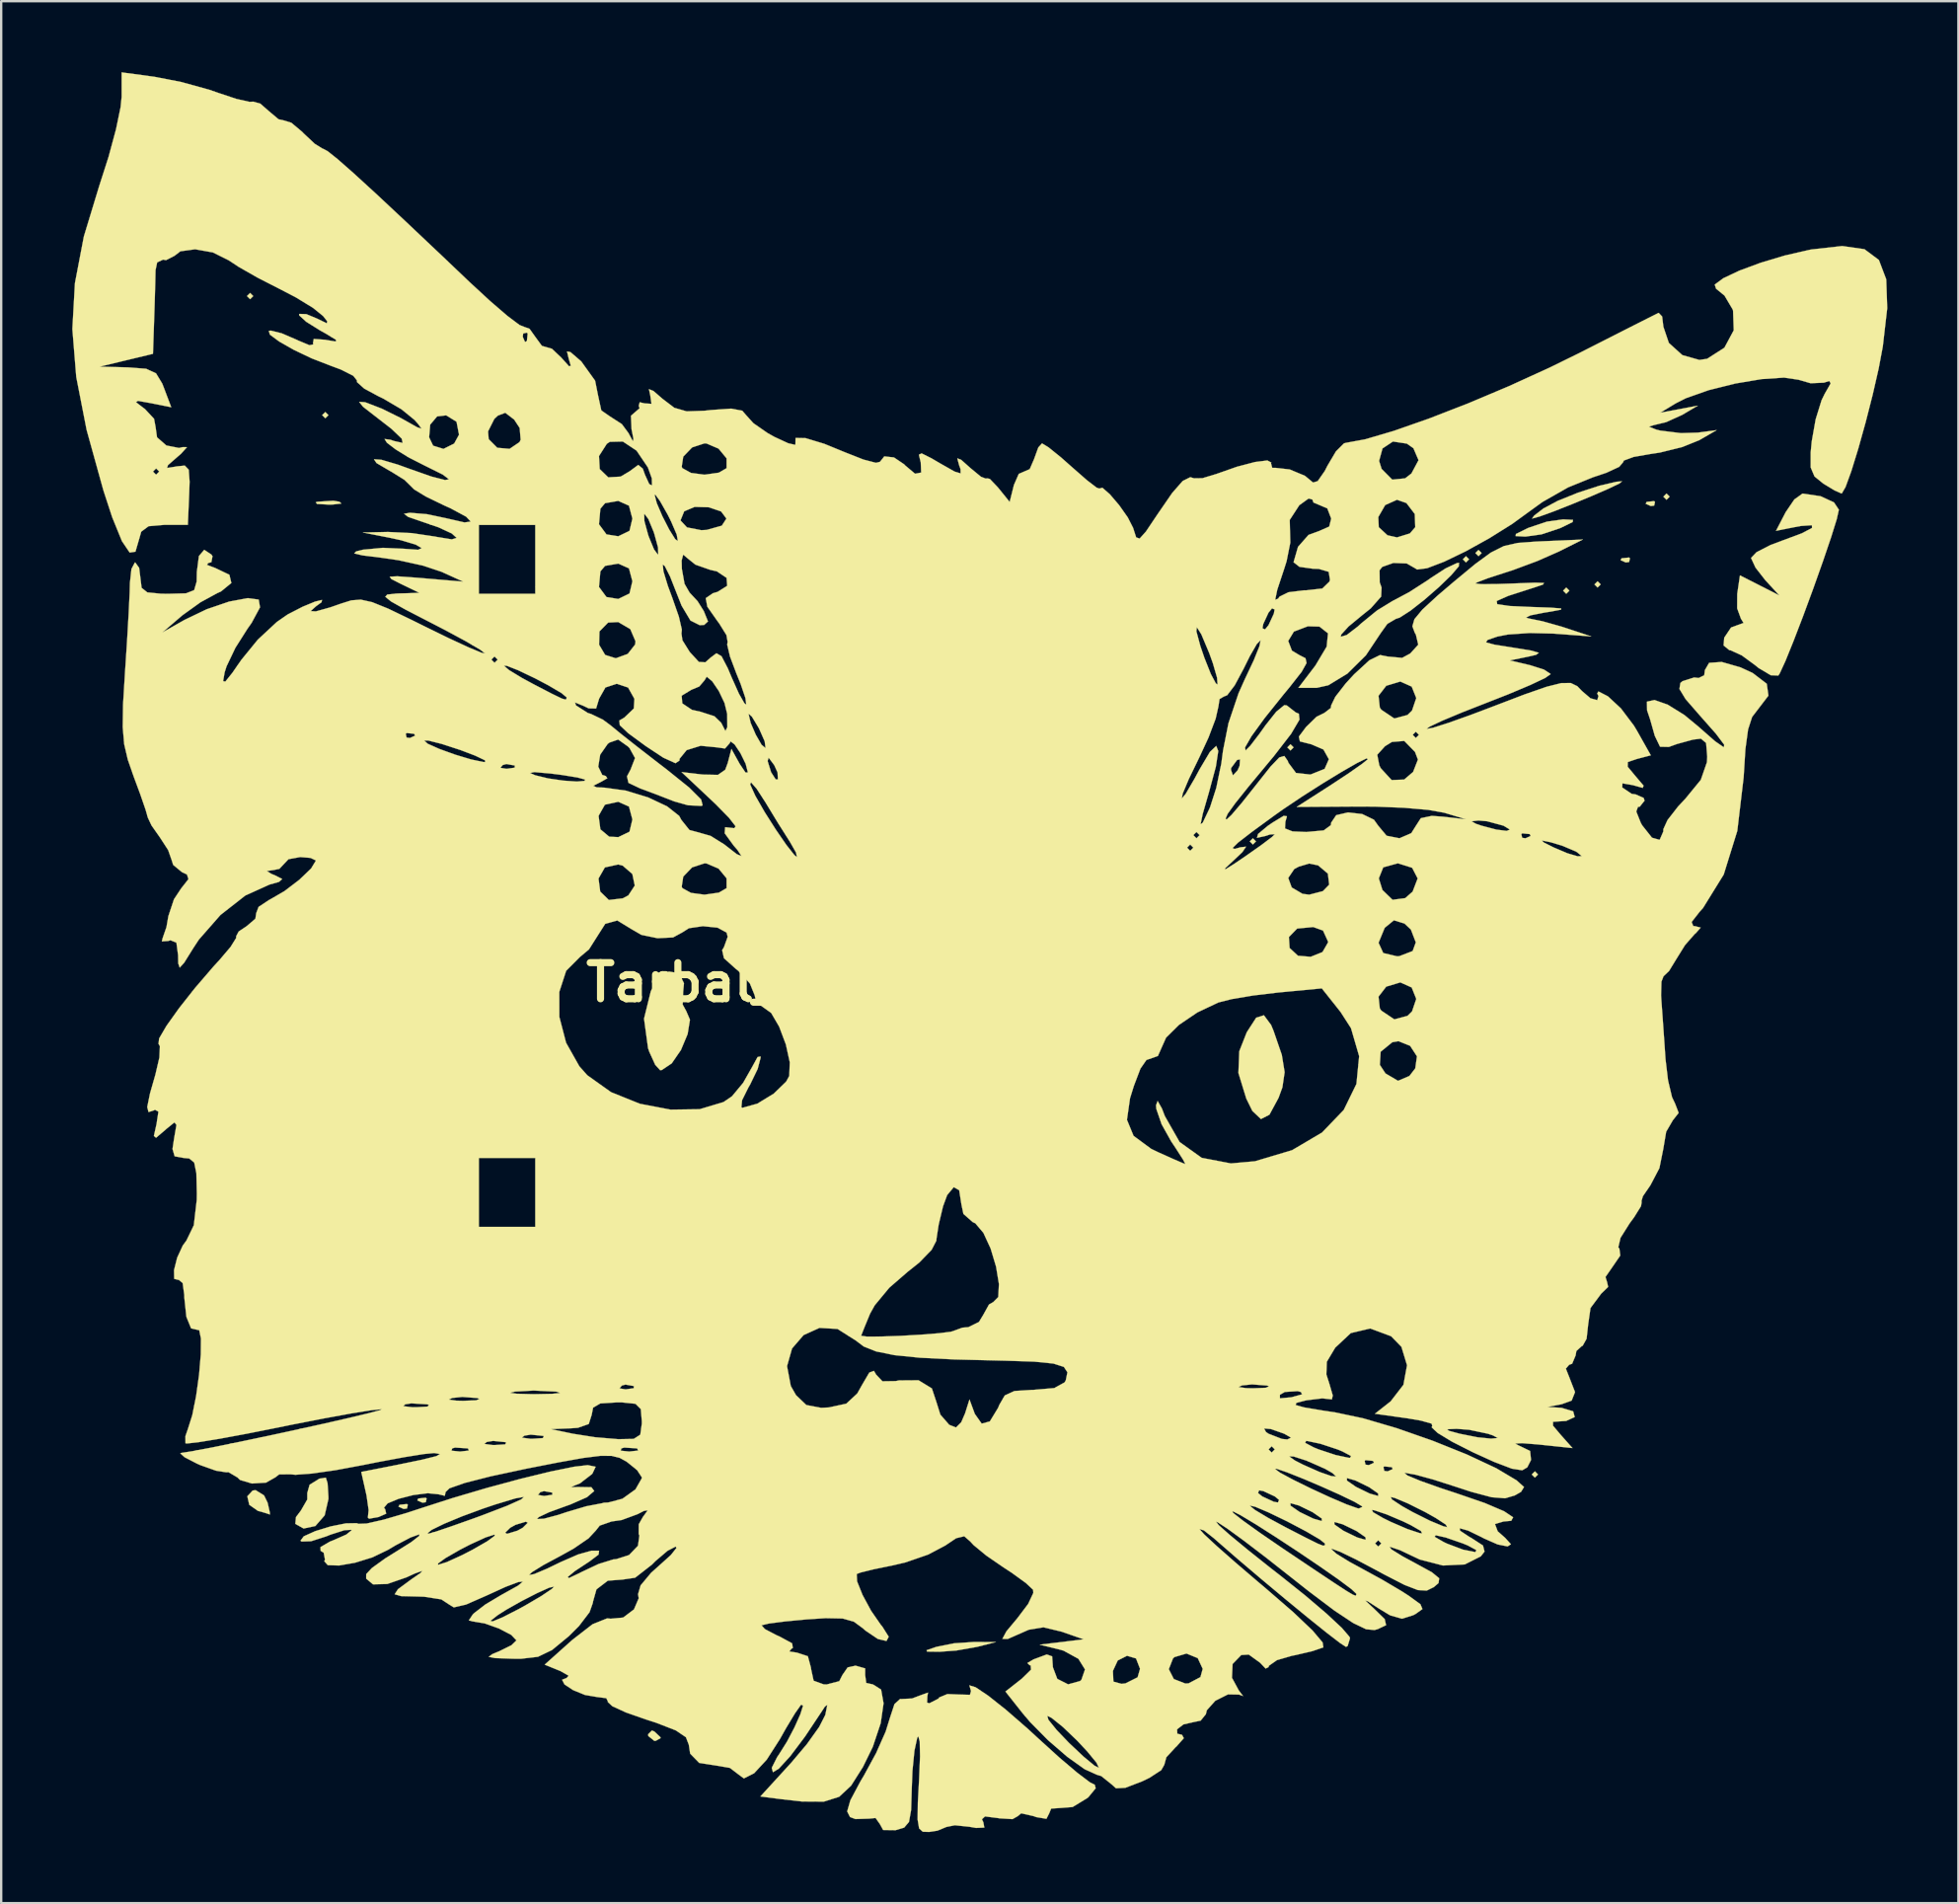
<source format=kicad_pcb>
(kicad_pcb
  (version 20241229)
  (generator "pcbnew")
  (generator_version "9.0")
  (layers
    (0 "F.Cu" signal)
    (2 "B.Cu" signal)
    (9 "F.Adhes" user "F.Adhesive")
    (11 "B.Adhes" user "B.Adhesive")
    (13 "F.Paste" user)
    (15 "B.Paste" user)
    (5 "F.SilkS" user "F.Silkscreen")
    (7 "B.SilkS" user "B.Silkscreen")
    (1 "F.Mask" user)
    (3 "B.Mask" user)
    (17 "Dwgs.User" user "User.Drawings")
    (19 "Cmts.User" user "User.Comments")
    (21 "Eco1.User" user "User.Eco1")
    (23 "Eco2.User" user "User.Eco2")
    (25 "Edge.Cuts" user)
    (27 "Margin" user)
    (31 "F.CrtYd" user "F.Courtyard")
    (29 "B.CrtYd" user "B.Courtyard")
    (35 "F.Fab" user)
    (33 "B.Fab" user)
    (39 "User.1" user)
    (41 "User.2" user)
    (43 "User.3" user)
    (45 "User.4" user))
  (footprint "Tarbal_silk2"
    (layer "F.Cu")
    (at 28.543 38.419)
    (property "Reference" "Tarbal_silk2" (at 0 0 0) (layer "F.SilkS") (effects (font (size 1.524 1.524) (thickness 0.3))))
    (attr through_hole)
    (fp_poly (pts (xy -20.902 -28.972) (xy -21.034 -28.84) (xy -21.167 -28.972) (xy -21.034 -29.104) (xy -20.902 -28.972)) (stroke (width 0.01) (type solid)) (fill yes) (layer "F.SilkS"))
    (fp_poly (pts (xy -17.727 -23.945) (xy -17.859 -23.813) (xy -17.992 -23.945) (xy -17.859 -24.077) (xy -17.727 -23.945)) (stroke (width 0.01) (type solid)) (fill yes) (layer "F.SilkS"))
    (fp_poly (pts (xy 21.431 -5.953) (xy 21.299 -5.821) (xy 21.167 -5.953) (xy 21.299 -6.085) (xy 21.431 -5.953)) (stroke (width 0.01) (type solid)) (fill yes) (layer "F.SilkS"))
    (fp_poly (pts (xy 23.019 -9.922) (xy 22.886 -9.79) (xy 22.754 -9.922) (xy 22.886 -10.054) (xy 23.019 -9.922)) (stroke (width 0.01) (type solid)) (fill yes) (layer "F.SilkS"))
    (fp_poly (pts (xy 30.427 -17.859) (xy 30.295 -17.727) (xy 30.163 -17.859) (xy 30.295 -17.992) (xy 30.427 -17.859)) (stroke (width 0.01) (type solid)) (fill yes) (layer "F.SilkS"))
    (fp_poly (pts (xy 30.956 -18.124) (xy 30.824 -17.992) (xy 30.692 -18.124) (xy 30.824 -18.256) (xy 30.956 -18.124)) (stroke (width 0.01) (type solid)) (fill yes) (layer "F.SilkS"))
    (fp_poly (pts (xy 33.337 20.77) (xy 33.205 20.902) (xy 33.073 20.77) (xy 33.205 20.637) (xy 33.337 20.77)) (stroke (width 0.01) (type solid)) (fill yes) (layer "F.SilkS"))
    (fp_poly (pts (xy 34.66 -16.536) (xy 34.528 -16.404) (xy 34.396 -16.536) (xy 34.528 -16.669) (xy 34.66 -16.536)) (stroke (width 0.01) (type solid)) (fill yes) (layer "F.SilkS"))
    (fp_poly (pts (xy 35.983 -16.801) (xy 35.851 -16.669) (xy 35.719 -16.801) (xy 35.851 -16.933) (xy 35.983 -16.801)) (stroke (width 0.01) (type solid)) (fill yes) (layer "F.SilkS"))
    (fp_poly (pts (xy 38.894 -20.505) (xy 38.761 -20.373) (xy 38.629 -20.505) (xy 38.761 -20.638) (xy 38.894 -20.505)) (stroke (width 0.01) (type solid)) (fill yes) (layer "F.SilkS"))
    (fp_poly (pts (xy -14.376 22.049) (xy -14.412 22.206) (xy -14.552 22.225) (xy -14.77 22.128) (xy -14.728 22.049) (xy -14.414 22.017) (xy -14.376 22.049)) (stroke (width 0.01) (type solid)) (fill yes) (layer "F.SilkS"))
    (fp_poly (pts (xy -13.582 21.784) (xy -13.618 21.941) (xy -13.758 21.96) (xy -13.976 21.864) (xy -13.935 21.784) (xy -13.621 21.752) (xy -13.582 21.784)) (stroke (width 0.01) (type solid)) (fill yes) (layer "F.SilkS"))
    (fp_poly (pts (xy 37.218 -17.903) (xy 37.182 -17.746) (xy 37.042 -17.727) (xy 36.824 -17.824) (xy 36.865 -17.903) (xy 37.179 -17.935) (xy 37.218 -17.903)) (stroke (width 0.01) (type solid)) (fill yes) (layer "F.SilkS"))
    (fp_poly (pts (xy 38.276 -20.285) (xy 38.24 -20.127) (xy 38.1 -20.108) (xy 37.882 -20.205) (xy 37.924 -20.285) (xy 38.238 -20.316) (xy 38.276 -20.285)) (stroke (width 0.01) (type solid)) (fill yes) (layer "F.SilkS"))
    (fp_poly (pts (xy -17.264 -20.291) (xy -17.182 -20.214) (xy -17.548 -20.172) (xy -17.727 -20.17) (xy -18.208 -20.197) (xy -18.265 -20.266) (xy -18.19 -20.291) (xy -17.519 -20.332) (xy -17.264 -20.291)) (stroke (width 0.01) (type solid)) (fill yes) (layer "F.SilkS"))
    (fp_poly (pts (xy -3.969 31.618) (xy -3.716 31.855) (xy -3.704 31.898) (xy -3.909 32.012) (xy -3.969 32.015) (xy -4.223 31.811) (xy -4.233 31.734) (xy -4.071 31.576) (xy -3.969 31.618)) (stroke (width 0.01) (type solid)) (fill yes) (layer "F.SilkS"))
    (fp_poly (pts (xy 10.451 27.844) (xy 9.657 28.046) (xy 8.778 28.201) (xy 8.07 28.253) (xy 7.546 28.246) (xy 7.523 28.189) (xy 7.937 28.046) (xy 8.678 27.897) (xy 9.525 27.839) (xy 10.451 27.844)) (stroke (width 0.01) (type solid)) (fill yes) (layer "F.SilkS"))
    (fp_poly (pts (xy -20.445 21.653) (xy -20.296 21.96) (xy -20.202 22.372) (xy -20.199 22.459) (xy -20.452 22.376) (xy -20.704 22.307) (xy -21.069 22.051) (xy -21.152 21.69) (xy -20.927 21.448) (xy -20.801 21.431) (xy -20.445 21.653)) (stroke (width 0.01) (type solid)) (fill yes) (layer "F.SilkS"))
    (fp_poly (pts (xy 34.814 -19.525) (xy 34.8 -19.434) (xy 34.33 -19.203) (xy 34.264 -19.173) (xy 33.487 -18.914) (xy 32.808 -18.819) (xy 32.391 -18.84) (xy 32.404 -18.93) (xy 32.874 -19.161) (xy 32.941 -19.192) (xy 33.717 -19.451) (xy 34.396 -19.546) (xy 34.814 -19.525)) (stroke (width 0.01) (type solid)) (fill yes) (layer "F.SilkS"))
    (fp_poly (pts (xy -17.764 21.135) (xy -17.728 21.704) (xy -17.727 21.8) (xy -17.887 22.496) (xy -18.28 22.946) (xy -18.775 23.051) (xy -19.126 22.855) (xy -19.098 22.567) (xy -18.89 22.292) (xy -18.621 21.826) (xy -18.621 21.551) (xy -18.523 21.203) (xy -18.108 20.945) (xy -17.838 20.902) (xy -17.764 21.135)) (stroke (width 0.01) (type solid)) (fill yes) (layer "F.SilkS"))
    (fp_poly (pts (xy 36.773 -21.06) (xy 36.298 -20.833) (xy 35.592 -20.526) (xy 34.786 -20.193) (xy 34.012 -19.887) (xy 33.401 -19.665) (xy 33.084 -19.579) (xy 33.175 -19.707) (xy 33.57 -20.01) (xy 34.174 -20.331) (xy 35.028 -20.674) (xy 35.923 -20.965) (xy 36.651 -21.135) (xy 36.885 -21.151) (xy 36.773 -21.06)) (stroke (width 0.01) (type solid)) (fill yes) (layer "F.SilkS"))
    (fp_poly (pts (xy 22.068 1.794) (xy 22.175 2.051) (xy 22.521 3.058) (xy 22.64 3.787) (xy 22.546 4.427) (xy 22.382 4.875) (xy 21.998 5.584) (xy 21.64 5.767) (xy 21.278 5.425) (xy 21.021 4.903) (xy 20.689 3.823) (xy 20.725 2.906) (xy 21.041 2.104) (xy 21.439 1.489) (xy 21.765 1.386) (xy 22.068 1.794)) (stroke (width 0.01) (type solid)) (fill yes) (layer "F.SilkS"))
    (fp_poly (pts (xy -2.93 -0.391) (xy -2.718 0.033) (xy -2.751 0.383) (xy -2.773 0.935) (xy -2.625 1.203) (xy -2.465 1.574) (xy -2.564 2.181) (xy -2.846 2.853) (xy -3.234 3.416) (xy -3.653 3.697) (xy -3.725 3.704) (xy -3.931 3.479) (xy -4.183 2.924) (xy -4.234 2.777) (xy -4.404 1.53) (xy -4.116 0.364) (xy -3.837 -0.099) (xy -3.358 -0.46) (xy -2.93 -0.391)) (stroke (width 0.01) (type solid)) (fill yes) (layer "F.SilkS"))
    (fp_poly (pts (xy 45.269 -20.523) (xy 45.833 -20.261) (xy 46.038 -19.953) (xy 45.949 -19.557) (xy 45.711 -18.794) (xy 45.367 -17.781) (xy 44.96 -16.635) (xy 44.531 -15.471) (xy 44.123 -14.408) (xy 43.779 -13.56) (xy 43.542 -13.046) (xy 43.482 -12.954) (xy 43.161 -12.967) (xy 42.646 -13.274) (xy 42.517 -13.38) (xy 41.935 -13.806) (xy 41.469 -14.018) (xy 41.417 -14.023) (xy 41.172 -14.222) (xy 41.198 -14.552) (xy 41.487 -14.982) (xy 41.756 -15.081) (xy 42.014 -15.174) (xy 41.904 -15.352) (xy 41.744 -15.789) (xy 41.747 -16.402) (xy 41.862 -17.182) (xy 42.693 -16.759) (xy 43.524 -16.337) (xy 42.929 -16.983) (xy 42.518 -17.51) (xy 42.334 -17.907) (xy 42.333 -17.921) (xy 42.563 -18.162) (xy 43.152 -18.464) (xy 43.656 -18.653) (xy 44.48 -18.96) (xy 44.904 -19.185) (xy 44.901 -19.299) (xy 44.44 -19.268) (xy 44.182 -19.221) (xy 43.384 -19.062) (xy 43.792 -19.85) (xy 44.157 -20.386) (xy 44.499 -20.632) (xy 44.523 -20.634) (xy 45.269 -20.523)) (stroke (width 0.01) (type solid)) (fill yes) (layer "F.SilkS"))
    (fp_poly (pts (xy 9.591 29.75) (xy 10.127 30.108) (xy 10.879 30.705) (xy 11.792 31.499) (xy 12.259 31.929) (xy 13.134 32.723) (xy 13.885 33.359) (xy 14.418 33.763) (xy 14.624 33.867) (xy 14.663 34.016) (xy 14.365 34.379) (xy 14.32 34.422) (xy 13.689 34.807) (xy 13.212 34.844) (xy 12.783 34.873) (xy 12.7 35.076) (xy 12.583 35.305) (xy 12.153 35.232) (xy 12.039 35.19) (xy 11.518 35.072) (xy 11.377 35.19) (xy 11.152 35.318) (xy 10.595 35.284) (xy 10.542 35.274) (xy 9.992 35.204) (xy 9.861 35.324) (xy 9.922 35.454) (xy 9.961 35.675) (xy 9.613 35.69) (xy 9.333 35.641) (xy 8.718 35.577) (xy 8.362 35.648) (xy 8.36 35.649) (xy 7.983 35.805) (xy 7.633 35.859) (xy 7.365 35.851) (xy 7.209 35.71) (xy 7.146 35.336) (xy 7.155 34.626) (xy 7.209 33.627) (xy 7.248 32.669) (xy 7.235 32.04) (xy 7.175 31.819) (xy 7.13 31.882) (xy 7.012 32.426) (xy 6.927 33.287) (xy 6.898 34.034) (xy 6.871 34.933) (xy 6.781 35.436) (xy 6.578 35.676) (xy 6.218 35.784) (xy 5.69 35.777) (xy 5.556 35.532) (xy 5.371 35.27) (xy 5.093 35.298) (xy 4.52 35.315) (xy 4.291 35.229) (xy 4.172 34.992) (xy 4.307 34.523) (xy 4.724 33.738) (xy 4.883 33.471) (xy 5.395 32.529) (xy 5.797 31.623) (xy 5.981 31.032) (xy 6.169 30.461) (xy 6.412 30.241) (xy 6.448 30.248) (xy 6.909 30.226) (xy 7.242 30.1) (xy 7.585 29.976) (xy 7.557 30.136) (xy 7.546 30.399) (xy 7.642 30.427) (xy 8.018 30.235) (xy 8.058 30.181) (xy 8.403 30.038) (xy 8.889 30.058) (xy 9.355 30.071) (xy 9.4 29.91) (xy 9.33 29.671) (xy 9.591 29.75)) (stroke (width 0.01) (type solid)) (fill yes) (layer "F.SilkS"))
    (fp_poly (pts (xy -25.069 -38.227) (xy -23.937 -38.007) (xy -22.752 -37.679) (xy -22.382 -37.55) (xy -21.617 -37.295) (xy -21.061 -37.17) (xy -20.896 -37.178) (xy -20.602 -37.093) (xy -20.241 -36.777) (xy -19.831 -36.433) (xy -19.582 -36.378) (xy -19.293 -36.287) (xy -18.839 -35.907) (xy -18.778 -35.843) (xy -18.304 -35.399) (xy -17.97 -35.192) (xy -17.952 -35.19) (xy -17.757 -35.085) (xy -17.343 -34.755) (xy -16.681 -34.173) (xy -15.743 -33.315) (xy -14.5 -32.153) (xy -12.924 -30.663) (xy -11.771 -29.565) (xy -10.901 -28.762) (xy -10.17 -28.134) (xy -9.661 -27.751) (xy -9.46 -27.67) (xy -9.238 -27.592) (xy -8.996 -27.252) (xy -8.716 -26.87) (xy -8.545 -26.821) (xy -8.294 -26.749) (xy -7.904 -26.381) (xy -7.568 -26.007) (xy -7.496 -26.032) (xy -7.582 -26.326) (xy -7.656 -26.635) (xy -7.512 -26.609) (xy -7.072 -26.23) (xy -7.054 -26.214) (xy -6.47 -25.401) (xy -6.35 -24.8) (xy -6.208 -24.145) (xy -5.851 -23.897) (xy -5.342 -23.569) (xy -5.064 -23.194) (xy -4.873 -22.843) (xy -4.851 -22.948) (xy -4.931 -23.349) (xy -4.956 -23.92) (xy -4.776 -24.077) (xy -4.59 -24.237) (xy -4.628 -24.339) (xy -4.586 -24.489) (xy -4.376 -24.441) (xy -4.09 -24.423) (xy -4.14 -24.775) (xy -4.197 -25.043) (xy -4.006 -24.966) (xy -3.623 -24.635) (xy -3.126 -24.256) (xy -2.605 -24.106) (xy -1.843 -24.132) (xy -1.584 -24.161) (xy -0.721 -24.221) (xy -0.257 -24.133) (xy -0.097 -23.949) (xy 0.211 -23.607) (xy 0.818 -23.186) (xy 1.1 -23.028) (xy 1.685 -22.758) (xy 1.984 -22.69) (xy 1.988 -22.748) (xy 1.992 -22.983) (xy 2.414 -22.975) (xy 3.207 -22.735) (xy 4.093 -22.372) (xy 4.858 -22.071) (xy 5.387 -21.933) (xy 5.556 -21.975) (xy 5.739 -22.205) (xy 6.148 -22.16) (xy 6.579 -21.869) (xy 6.615 -21.828) (xy 7.038 -21.472) (xy 7.296 -21.522) (xy 7.278 -21.955) (xy 7.275 -21.962) (xy 7.199 -22.275) (xy 7.315 -22.332) (xy 7.727 -22.126) (xy 8.101 -21.907) (xy 8.708 -21.563) (xy 8.961 -21.487) (xy 8.957 -21.67) (xy 8.898 -21.833) (xy 8.821 -22.121) (xy 8.984 -22.061) (xy 9.378 -21.71) (xy 9.819 -21.346) (xy 10.046 -21.258) (xy 10.054 -21.282) (xy 10.193 -21.255) (xy 10.528 -20.904) (xy 10.543 -20.886) (xy 11.032 -20.282) (xy 11.212 -21) (xy 11.416 -21.466) (xy 11.642 -21.564) (xy 11.878 -21.666) (xy 12.059 -22.082) (xy 12.241 -22.582) (xy 12.398 -22.754) (xy 12.67 -22.589) (xy 13.198 -22.163) (xy 13.692 -21.726) (xy 14.292 -21.201) (xy 14.7 -20.888) (xy 14.817 -20.846) (xy 14.946 -20.882) (xy 15.261 -20.606) (xy 15.654 -20.146) (xy 16.018 -19.629) (xy 16.245 -19.184) (xy 16.261 -19.13) (xy 16.372 -18.786) (xy 16.519 -18.736) (xy 16.784 -19.032) (xy 17.248 -19.723) (xy 17.266 -19.75) (xy 17.894 -20.662) (xy 18.337 -21.167) (xy 18.656 -21.326) (xy 18.817 -21.28) (xy 19.172 -21.285) (xy 19.755 -21.461) (xy 20.629 -21.768) (xy 21.388 -21.967) (xy 21.912 -22.033) (xy 22.078 -21.943) (xy 22.064 -21.914) (xy 22.115 -21.722) (xy 22.265 -21.72) (xy 22.855 -21.653) (xy 23.497 -21.385) (xy 23.84 -21.101) (xy 24.036 -21.16) (xy 24.337 -21.593) (xy 24.447 -21.809) (xy 24.57 -22.016) (xy 26.628 -22.016) (xy 26.733 -21.677) (xy 27.184 -21.222) (xy 27.727 -21.278) (xy 27.993 -21.484) (xy 28.293 -22.045) (xy 28.077 -22.549) (xy 27.8 -22.744) (xy 27.212 -22.832) (xy 26.772 -22.54) (xy 26.628 -22.016) (xy 24.57 -22.016) (xy 24.807 -22.417) (xy 25.144 -22.753) (xy 25.214 -22.774) (xy 26.042 -22.926) (xy 27.245 -23.28) (xy 28.723 -23.797) (xy 30.38 -24.44) (xy 32.116 -25.172) (xy 33.833 -25.955) (xy 35.057 -26.556) (xy 36.241 -27.157) (xy 37.254 -27.672) (xy 38.005 -28.051) (xy 38.4 -28.249) (xy 38.431 -28.263) (xy 38.577 -28.109) (xy 38.629 -27.677) (xy 38.861 -26.993) (xy 39.431 -26.479) (xy 40.149 -26.276) (xy 40.475 -26.324) (xy 41.205 -26.791) (xy 41.6 -27.527) (xy 41.571 -28.355) (xy 41.551 -28.414) (xy 41.21 -28.99) (xy 40.853 -29.283) (xy 40.797 -29.456) (xy 41.156 -29.723) (xy 41.833 -30.043) (xy 42.731 -30.376) (xy 43.753 -30.683) (xy 44.802 -30.924) (xy 44.883 -30.939) (xy 46.18 -31.084) (xy 47.118 -30.95) (xy 47.727 -30.496) (xy 48.037 -29.68) (xy 48.079 -28.46) (xy 47.893 -26.844) (xy 47.718 -25.913) (xy 47.465 -24.807) (xy 47.167 -23.64) (xy 46.856 -22.527) (xy 46.563 -21.579) (xy 46.32 -20.912) (xy 46.16 -20.639) (xy 46.152 -20.637) (xy 45.858 -20.767) (xy 45.382 -21.055) (xy 45.009 -21.358) (xy 44.848 -21.738) (xy 44.848 -22.372) (xy 44.893 -22.841) (xy 45.058 -23.77) (xy 45.307 -24.573) (xy 45.44 -24.846) (xy 45.691 -25.284) (xy 45.635 -25.388) (xy 45.406 -25.316) (xy 44.846 -25.292) (xy 44.338 -25.439) (xy 43.725 -25.53) (xy 42.78 -25.467) (xy 41.666 -25.28) (xy 40.546 -25.001) (xy 39.584 -24.662) (xy 39.158 -24.447) (xy 38.497 -24.047) (xy 39.291 -24.196) (xy 40.084 -24.346) (xy 39.423 -23.956) (xy 38.744 -23.649) (xy 38.232 -23.526) (xy 38.018 -23.462) (xy 38.322 -23.338) (xy 38.497 -23.294) (xy 39.373 -23.186) (xy 40.084 -23.208) (xy 40.878 -23.313) (xy 40.141 -22.887) (xy 39.423 -22.598) (xy 38.482 -22.366) (xy 38.097 -22.308) (xy 37.378 -22.183) (xy 36.964 -22.031) (xy 36.919 -21.944) (xy 36.763 -21.763) (xy 36.223 -21.513) (xy 35.656 -21.323) (xy 34.609 -20.897) (xy 33.528 -20.282) (xy 33.073 -19.954) (xy 32.243 -19.351) (xy 31.277 -18.747) (xy 30.285 -18.198) (xy 29.374 -17.759) (xy 28.654 -17.484) (xy 28.231 -17.428) (xy 28.176 -17.466) (xy 27.794 -17.685) (xy 27.23 -17.706) (xy 26.76 -17.54) (xy 26.648 -17.396) (xy 26.654 -16.886) (xy 26.733 -16.667) (xy 26.714 -16.286) (xy 26.275 -15.789) (xy 25.908 -15.495) (xy 25.339 -15.025) (xy 25.028 -14.684) (xy 25.01 -14.59) (xy 25.263 -14.667) (xy 25.729 -15.024) (xy 25.866 -15.15) (xy 26.541 -15.701) (xy 27.206 -16.108) (xy 27.252 -16.13) (xy 27.904 -16.478) (xy 28.667 -16.969) (xy 28.813 -17.072) (xy 29.44 -17.479) (xy 29.914 -17.701) (xy 30.003 -17.715) (xy 29.992 -17.563) (xy 29.671 -17.187) (xy 29.151 -16.685) (xy 28.542 -16.154) (xy 27.954 -15.693) (xy 27.499 -15.4) (xy 27.335 -15.346) (xy 26.976 -15.135) (xy 26.7 -14.751) (xy 26.07 -13.807) (xy 25.286 -13.032) (xy 24.485 -12.544) (xy 23.994 -12.435) (xy 23.221 -12.435) (xy 23.937 -13.374) (xy 24.415 -14.175) (xy 24.47 -14.736) (xy 24.11 -15.02) (xy 23.618 -15.033) (xy 23.03 -14.809) (xy 22.791 -14.414) (xy 22.947 -14.007) (xy 23.261 -13.818) (xy 23.521 -13.685) (xy 23.566 -13.482) (xy 23.358 -13.111) (xy 22.857 -12.472) (xy 22.604 -12.166) (xy 21.797 -11.159) (xy 21.24 -10.393) (xy 20.969 -9.92) (xy 20.989 -9.79) (xy 21.187 -9.987) (xy 21.574 -10.491) (xy 21.836 -10.859) (xy 22.286 -11.426) (xy 22.626 -11.705) (xy 22.732 -11.692) (xy 23.107 -11.398) (xy 23.239 -11.343) (xy 23.267 -11.094) (xy 22.912 -10.492) (xy 22.18 -9.545) (xy 22.016 -9.349) (xy 21.129 -8.28) (xy 20.549 -7.555) (xy 20.235 -7.118) (xy 20.146 -6.914) (xy 20.193 -6.879) (xy 20.399 -7.073) (xy 20.833 -7.582) (xy 21.404 -8.3) (xy 21.45 -8.359) (xy 22.048 -9.114) (xy 22.414 -9.496) (xy 22.627 -9.559) (xy 22.769 -9.355) (xy 22.803 -9.267) (xy 23.119 -8.843) (xy 23.712 -8.776) (xy 23.744 -8.78) (xy 24.328 -9.014) (xy 24.507 -9.421) (xy 24.402 -9.611) (xy 26.55 -9.611) (xy 26.636 -9.165) (xy 26.699 -9.041) (xy 27.157 -8.543) (xy 27.685 -8.562) (xy 28.064 -8.886) (xy 28.267 -9.406) (xy 28.144 -9.73) (xy 27.691 -10.193) (xy 27.169 -10.151) (xy 26.877 -9.971) (xy 26.55 -9.611) (xy 24.402 -9.611) (xy 24.279 -9.831) (xy 23.766 -10.052) (xy 23.285 -10.173) (xy 23.241 -10.375) (xy 23.297 -10.451) (xy 28.046 -10.451) (xy 28.178 -10.319) (xy 28.31 -10.451) (xy 28.178 -10.583) (xy 28.046 -10.451) (xy 23.297 -10.451) (xy 23.544 -10.782) (xy 23.987 -11.214) (xy 24.318 -11.377) (xy 24.588 -11.584) (xy 24.606 -11.697) (xy 24.779 -12.055) (xy 24.814 -12.1) (xy 26.604 -12.1) (xy 26.658 -11.602) (xy 26.723 -11.509) (xy 27.272 -11.141) (xy 27.826 -11.289) (xy 28.018 -11.476) (xy 28.197 -12.004) (xy 28.004 -12.486) (xy 27.527 -12.7) (xy 27.521 -12.7) (xy 26.929 -12.522) (xy 26.604 -12.1) (xy 24.814 -12.1) (xy 25.221 -12.624) (xy 25.574 -13.007) (xy 26.218 -13.599) (xy 26.669 -13.82) (xy 26.992 -13.756) (xy 27.6 -13.7) (xy 27.943 -13.885) (xy 28.281 -14.257) (xy 28.18 -14.684) (xy 28.134 -14.761) (xy 28.033 -15.033) (xy 28.118 -15.331) (xy 28.452 -15.735) (xy 29.097 -16.329) (xy 29.773 -16.905) (xy 30.69 -17.664) (xy 31.349 -18.146) (xy 31.896 -18.42) (xy 32.477 -18.551) (xy 33.237 -18.608) (xy 33.477 -18.619) (xy 35.232 -18.695) (xy 34.219 -18.189) (xy 33.309 -17.788) (xy 32.262 -17.399) (xy 31.948 -17.298) (xy 31.228 -17.064) (xy 30.773 -16.891) (xy 30.692 -16.84) (xy 30.932 -16.813) (xy 31.56 -16.815) (xy 32.345 -16.842) (xy 33.208 -16.875) (xy 33.591 -16.863) (xy 33.544 -16.792) (xy 33.114 -16.648) (xy 33.073 -16.636) (xy 32.079 -16.316) (xy 31.594 -16.101) (xy 31.614 -15.967) (xy 32.136 -15.89) (xy 32.941 -15.853) (xy 33.874 -15.82) (xy 34.317 -15.786) (xy 34.308 -15.735) (xy 33.886 -15.655) (xy 33.602 -15.61) (xy 33.017 -15.494) (xy 32.83 -15.399) (xy 32.941 -15.365) (xy 33.528 -15.245) (xy 34.324 -15.021) (xy 34.528 -14.955) (xy 35.586 -14.605) (xy 33.999 -14.724) (xy 32.987 -14.749) (xy 32.067 -14.686) (xy 31.618 -14.598) (xy 31.201 -14.454) (xy 31.142 -14.354) (xy 31.498 -14.258) (xy 32.279 -14.134) (xy 33.063 -14.006) (xy 33.372 -13.914) (xy 33.256 -13.828) (xy 32.941 -13.755) (xy 32.147 -13.593) (xy 33.007 -13.39) (xy 33.588 -13.206) (xy 33.863 -13.026) (xy 33.866 -13.01) (xy 33.635 -12.849) (xy 33.008 -12.553) (xy 32.087 -12.165) (xy 31.2 -11.817) (xy 30.129 -11.397) (xy 29.283 -11.043) (xy 28.758 -10.795) (xy 28.634 -10.701) (xy 28.905 -10.75) (xy 29.564 -10.96) (xy 30.507 -11.296) (xy 31.442 -11.65) (xy 32.77 -12.157) (xy 33.699 -12.48) (xy 34.319 -12.635) (xy 34.721 -12.638) (xy 34.996 -12.504) (xy 35.19 -12.303) (xy 35.55 -11.995) (xy 35.837 -11.915) (xy 35.889 -12.09) (xy 35.834 -12.198) (xy 35.887 -12.283) (xy 36.262 -12.091) (xy 36.298 -12.068) (xy 36.837 -11.567) (xy 37.387 -10.838) (xy 37.52 -10.616) (xy 38.099 -9.587) (xy 37.519 -9.435) (xy 37.129 -9.304) (xy 37.122 -9.106) (xy 37.453 -8.707) (xy 37.794 -8.306) (xy 37.756 -8.212) (xy 37.339 -8.328) (xy 36.901 -8.404) (xy 36.892 -8.23) (xy 37.293 -7.96) (xy 37.454 -7.938) (xy 37.796 -7.79) (xy 37.835 -7.673) (xy 37.632 -7.418) (xy 37.556 -7.408) (xy 37.485 -7.215) (xy 37.677 -6.734) (xy 37.737 -6.629) (xy 38.149 -6.109) (xy 38.472 -6.018) (xy 38.626 -6.37) (xy 38.629 -6.471) (xy 38.804 -6.854) (xy 39.25 -7.427) (xy 39.555 -7.752) (xy 40.21 -8.552) (xy 40.468 -9.297) (xy 40.481 -9.529) (xy 40.433 -10.106) (xy 40.216 -10.29) (xy 39.886 -10.251) (xy 39.206 -10.065) (xy 38.86 -9.94) (xy 38.489 -9.948) (xy 38.266 -10.411) (xy 38.073 -11.093) (xy 37.941 -11.485) (xy 37.934 -11.851) (xy 38.255 -11.921) (xy 38.811 -11.726) (xy 39.511 -11.292) (xy 40.09 -10.814) (xy 40.814 -10.179) (xy 41.184 -9.924) (xy 41.196 -10.035) (xy 40.848 -10.498) (xy 40.166 -11.27) (xy 39.565 -11.961) (xy 39.307 -12.387) (xy 39.347 -12.641) (xy 39.438 -12.716) (xy 39.93 -12.873) (xy 40.118 -12.85) (xy 40.353 -12.964) (xy 40.382 -13.184) (xy 40.559 -13.49) (xy 41.091 -13.527) (xy 41.883 -13.3) (xy 42.399 -13.062) (xy 42.994 -12.607) (xy 43.064 -12.106) (xy 42.629 -11.537) (xy 42.375 -11.205) (xy 42.205 -10.679) (xy 42.092 -9.846) (xy 42.017 -8.652) (xy 41.749 -6.394) (xy 41.177 -4.554) (xy 40.304 -3.143) (xy 40.158 -2.98) (xy 39.822 -2.55) (xy 39.892 -2.381) (xy 39.972 -2.373) (xy 40.205 -2.314) (xy 40.003 -2.084) (xy 39.952 -2.042) (xy 39.542 -1.574) (xy 39.18 -0.992) (xy 38.869 -0.483) (xy 38.64 -0.265) (xy 38.637 -0.265) (xy 38.547 -0.032) (xy 38.532 0.546) (xy 38.543 0.728) (xy 38.604 1.576) (xy 38.679 2.644) (xy 38.719 3.237) (xy 38.826 4.134) (xy 38.994 4.842) (xy 39.126 5.12) (xy 39.274 5.507) (xy 39.029 5.818) (xy 38.747 6.303) (xy 38.629 7.003) (xy 38.629 7.008) (xy 38.461 7.84) (xy 38.081 8.563) (xy 37.763 9.027) (xy 37.697 9.255) (xy 37.715 9.26) (xy 37.685 9.444) (xy 37.396 9.909) (xy 37.204 10.17) (xy 36.82 10.78) (xy 36.727 11.177) (xy 36.773 11.242) (xy 36.809 11.528) (xy 36.498 11.982) (xy 36.185 12.434) (xy 36.255 12.658) (xy 36.297 12.853) (xy 36.002 13.14) (xy 35.553 13.743) (xy 35.454 14.435) (xy 35.387 15.041) (xy 35.221 15.339) (xy 35.19 15.346) (xy 34.955 15.56) (xy 34.925 15.743) (xy 34.777 16.095) (xy 34.651 16.14) (xy 34.512 16.302) (xy 34.651 16.651) (xy 34.9 17.293) (xy 34.756 17.652) (xy 34.33 17.805) (xy 33.734 17.92) (xy 34.33 17.956) (xy 34.82 18.103) (xy 34.887 18.345) (xy 34.523 18.511) (xy 34.355 18.521) (xy 33.971 18.546) (xy 33.97 18.709) (xy 34.289 19.088) (xy 34.793 19.655) (xy 33.337 19.502) (xy 32.665 19.449) (xy 32.376 19.465) (xy 32.493 19.531) (xy 33.003 19.777) (xy 33.042 20.156) (xy 32.884 20.468) (xy 32.671 20.593) (xy 32.231 20.524) (xy 31.481 20.238) (xy 30.592 19.834) (xy 29.71 19.387) (xy 29.098 19.016) (xy 28.932 18.86) (xy 29.501 18.86) (xy 29.576 18.926) (xy 30.03 19.05) (xy 30.785 19.2) (xy 31.353 19.257) (xy 31.637 19.231) (xy 31.436 19.122) (xy 31.221 19.05) (xy 30.426 18.882) (xy 29.898 18.843) (xy 29.501 18.86) (xy 28.932 18.86) (xy 28.844 18.776) (xy 28.873 18.725) (xy 28.845 18.624) (xy 28.396 18.497) (xy 27.844 18.402) (xy 26.451 18.206) (xy 27.116 17.683) (xy 27.655 16.985) (xy 27.807 16.159) (xy 27.571 15.382) (xy 27.135 14.935) (xy 26.254 14.607) (xy 25.434 14.801) (xy 24.775 15.418) (xy 24.42 16.014) (xy 24.402 16.546) (xy 24.528 16.941) (xy 24.672 17.437) (xy 24.631 17.607) (xy 24.611 17.598) (xy 24.227 17.557) (xy 23.58 17.636) (xy 23.509 17.65) (xy 23.136 17.748) (xy 23.103 17.837) (xy 23.464 17.938) (xy 24.273 18.074) (xy 24.77 18.148) (xy 25.951 18.398) (xy 27.375 18.816) (xy 28.888 19.345) (xy 30.34 19.928) (xy 31.577 20.507) (xy 32.431 21.016) (xy 32.746 21.299) (xy 32.62 21.504) (xy 32.355 21.655) (xy 31.948 21.775) (xy 31.376 21.73) (xy 30.515 21.501) (xy 29.87 21.29) (xy 28.92 20.985) (xy 28.161 20.778) (xy 27.733 20.704) (xy 27.7 20.709) (xy 27.831 20.815) (xy 28.371 21.039) (xy 29.226 21.343) (xy 29.873 21.556) (xy 31.091 21.975) (xy 31.905 22.322) (xy 32.287 22.577) (xy 32.206 22.725) (xy 31.882 22.754) (xy 31.52 22.862) (xy 31.634 23.166) (xy 31.948 23.444) (xy 32.194 23.715) (xy 32.052 23.806) (xy 31.633 23.723) (xy 31.048 23.466) (xy 30.956 23.416) (xy 30.387 23.139) (xy 30.03 23.039) (xy 30.047 23.144) (xy 30.435 23.401) (xy 30.525 23.451) (xy 31.014 23.768) (xy 31.079 24.024) (xy 30.922 24.225) (xy 30.245 24.567) (xy 29.321 24.612) (xy 28.343 24.359) (xy 28.125 24.256) (xy 27.509 23.964) (xy 27.099 23.827) (xy 27.067 23.825) (xy 27.159 23.939) (xy 27.616 24.222) (xy 28.138 24.504) (xy 28.856 24.897) (xy 29.166 25.151) (xy 29.136 25.355) (xy 28.938 25.524) (xy 28.641 25.67) (xy 28.266 25.65) (xy 27.699 25.431) (xy 26.824 24.981) (xy 26.531 24.821) (xy 25.654 24.357) (xy 24.987 24.035) (xy 24.635 23.906) (xy 24.606 23.916) (xy 24.821 24.112) (xy 25.372 24.453) (xy 25.863 24.721) (xy 26.755 25.208) (xy 27.582 25.697) (xy 27.88 25.889) (xy 28.371 26.245) (xy 28.458 26.451) (xy 28.174 26.654) (xy 28.071 26.709) (xy 27.596 26.859) (xy 27.089 26.714) (xy 26.65 26.448) (xy 26.147 26.123) (xy 26.049 26.092) (xy 26.325 26.352) (xy 26.392 26.412) (xy 26.865 26.875) (xy 26.923 27.131) (xy 26.572 27.297) (xy 26.435 27.335) (xy 26.083 27.304) (xy 25.54 27.044) (xy 24.748 26.519) (xy 23.651 25.693) (xy 22.929 25.123) (xy 21.857 24.279) (xy 20.925 23.568) (xy 20.214 23.05) (xy 19.805 22.783) (xy 19.746 22.761) (xy 19.858 22.909) (xy 20.323 23.322) (xy 21.074 23.942) (xy 22.043 24.714) (xy 22.458 25.037) (xy 23.519 25.885) (xy 24.41 26.644) (xy 25.055 27.245) (xy 25.377 27.62) (xy 25.4 27.683) (xy 25.299 28.013) (xy 25.229 28.046) (xy 24.981 27.885) (xy 24.415 27.45) (xy 23.616 26.808) (xy 22.669 26.03) (xy 21.658 25.186) (xy 20.666 24.344) (xy 19.779 23.573) (xy 19.645 23.455) (xy 19.232 23.131) (xy 19.05 23.075) (xy 19.05 23.08) (xy 19.242 23.296) (xy 19.767 23.784) (xy 20.553 24.476) (xy 21.524 25.307) (xy 21.828 25.563) (xy 23.006 26.583) (xy 23.819 27.356) (xy 24.244 27.86) (xy 24.275 28.068) (xy 23.808 28.228) (xy 23.087 28.396) (xy 22.953 28.421) (xy 22.316 28.606) (xy 21.977 28.843) (xy 21.96 28.902) (xy 21.837 28.962) (xy 21.602 28.715) (xy 21.125 28.371) (xy 20.808 28.391) (xy 20.443 28.768) (xy 20.416 29.351) (xy 20.704 29.884) (xy 20.886 30.122) (xy 20.714 30.06) (xy 20.249 30.052) (xy 19.713 30.321) (xy 19.354 30.723) (xy 19.315 30.888) (xy 19.094 31.161) (xy 18.801 31.221) (xy 18.37 31.319) (xy 18.099 31.527) (xy 18.109 31.712) (xy 18.307 31.759) (xy 18.384 31.901) (xy 18.078 32.247) (xy 18.038 32.281) (xy 17.646 32.707) (xy 17.561 33.017) (xy 17.562 33.02) (xy 17.431 33.25) (xy 16.938 33.571) (xy 16.626 33.722) (xy 15.915 33.995) (xy 15.522 34.016) (xy 15.337 33.852) (xy 14.899 33.5) (xy 14.722 33.448) (xy 14.199 33.212) (xy 13.463 32.687) (xy 12.648 31.983) (xy 11.886 31.21) (xy 11.671 30.956) (xy 12.621 30.956) (xy 12.666 31.122) (xy 13.016 31.555) (xy 13.534 32.097) (xy 14.154 32.681) (xy 14.614 33.061) (xy 14.799 33.151) (xy 14.695 32.932) (xy 14.306 32.459) (xy 13.886 32.01) (xy 13.28 31.429) (xy 12.805 31.047) (xy 12.621 30.956) (xy 11.671 30.956) (xy 11.578 30.847) (xy 10.853 29.932) (xy 11.548 29.386) (xy 11.934 29.009) (xy 11.919 28.827) (xy 11.876 28.821) (xy 11.779 28.729) (xy 12.039 28.575) (xy 12.599 28.367) (xy 12.824 28.447) (xy 12.854 28.871) (xy 12.853 28.897) (xy 13.042 29.397) (xy 13.5 29.628) (xy 14.001 29.49) (xy 14.06 29.438) (xy 14.191 29.059) (xy 15.391 29.059) (xy 15.411 29.513) (xy 15.755 29.607) (xy 15.92 29.588) (xy 16.433 29.331) (xy 16.532 28.988) (xy 17.75 28.988) (xy 17.962 29.405) (xy 18.448 29.594) (xy 18.586 29.586) (xy 19.085 29.323) (xy 19.182 28.975) (xy 18.972 28.522) (xy 18.497 28.328) (xy 17.991 28.477) (xy 17.928 28.532) (xy 17.75 28.988) (xy 16.532 28.988) (xy 16.536 28.972) (xy 16.366 28.535) (xy 15.987 28.423) (xy 15.594 28.622) (xy 15.391 29.059) (xy 14.191 29.059) (xy 14.212 28.999) (xy 13.933 28.55) (xy 13.307 28.207) (xy 13.146 28.161) (xy 12.303 27.953) (xy 13.229 27.841) (xy 14.155 27.729) (xy 13.229 27.406) (xy 12.461 27.221) (xy 11.839 27.323) (xy 11.589 27.433) (xy 10.95 27.714) (xy 10.723 27.71) (xy 10.895 27.39) (xy 11.355 26.839) (xy 11.811 26.236) (xy 12.03 25.771) (xy 12.022 25.638) (xy 11.718 25.353) (xy 11.125 24.923) (xy 10.76 24.684) (xy 10.048 24.195) (xy 9.508 23.75) (xy 9.368 23.598) (xy 9.114 23.378) (xy 8.774 23.46) (xy 8.31 23.771) (xy 7.595 24.149) (xy 6.635 24.481) (xy 6.106 24.605) (xy 5.299 24.77) (xy 4.736 24.909) (xy 4.574 24.971) (xy 4.59 25.28) (xy 4.82 25.854) (xy 5.181 26.522) (xy 5.589 27.111) (xy 5.653 27.186) (xy 5.926 27.619) (xy 5.831 27.798) (xy 5.469 27.714) (xy 4.94 27.357) (xy 4.833 27.261) (xy 4.454 26.983) (xy 3.981 26.849) (xy 3.257 26.835) (xy 2.469 26.886) (xy 1.55 26.973) (xy 0.864 27.062) (xy 0.557 27.136) (xy 0.556 27.137) (xy 0.699 27.296) (xy 1.187 27.552) (xy 1.32 27.61) (xy 1.849 27.897) (xy 1.877 28.096) (xy 1.823 28.123) (xy 1.729 28.24) (xy 2.051 28.29) (xy 2.512 28.441) (xy 2.646 28.939) (xy 2.646 28.972) (xy 2.755 29.475) (xy 3.185 29.631) (xy 3.307 29.633) (xy 3.839 29.495) (xy 3.969 29.236) (xy 4.192 28.914) (xy 4.526 28.84) (xy 4.932 28.956) (xy 4.931 29.236) (xy 4.976 29.568) (xy 5.262 29.633) (xy 5.604 29.849) (xy 5.708 30.429) (xy 5.587 31.269) (xy 5.253 32.267) (xy 4.835 33.12) (xy 4.336 33.907) (xy 3.833 34.375) (xy 3.187 34.579) (xy 2.26 34.573) (xy 1.379 34.474) (xy 0.508 34.361) (xy 1.806 32.941) (xy 2.473 32.15) (xy 2.991 31.425) (xy 3.249 30.919) (xy 3.251 30.908) (xy 3.333 30.498) (xy 3.232 30.567) (xy 3.088 30.787) (xy 2.391 31.834) (xy 1.767 32.663) (xy 1.283 33.19) (xy 1.039 33.337) (xy 0.987 33.154) (xy 1.214 32.702) (xy 1.298 32.578) (xy 1.631 32.047) (xy 1.949 31.442) (xy 2.194 30.893) (xy 2.309 30.531) (xy 2.236 30.486) (xy 2.209 30.511) (xy 1.972 30.847) (xy 1.59 31.48) (xy 1.332 31.939) (xy 0.774 32.809) (xy 0.243 33.382) (xy -0.189 33.6) (xy -0.452 33.405) (xy -0.453 33.404) (xy -0.778 33.156) (xy -1.279 33.069) (xy -2.075 32.945) (xy -2.456 32.555) (xy -2.514 32.176) (xy -2.636 31.861) (xy -3.065 31.571) (xy -3.889 31.251) (xy -4.317 31.113) (xy -5.168 30.815) (xy -5.744 30.551) (xy -5.936 30.371) (xy -5.927 30.356) (xy -5.997 30.213) (xy -6.388 30.163) (xy -6.895 30.077) (xy -7.396 29.873) (xy -7.762 29.632) (xy -7.864 29.434) (xy -7.673 29.36) (xy -7.586 29.265) (xy -7.93 29.069) (xy -7.938 29.066) (xy -8.599 28.797) (xy -7.435 27.755) (xy -6.578 27.091) (xy -5.962 26.844) (xy -5.809 26.859) (xy -5.286 26.81) (xy -4.829 26.465) (xy -4.628 25.995) (xy -4.657 25.822) (xy -4.549 25.452) (xy -4.106 24.92) (xy -3.792 24.639) (xy -3.273 24.171) (xy -3.035 23.871) (xy -3.065 23.812) (xy -3.409 23.989) (xy -3.924 24.427) (xy -4.072 24.576) (xy -4.78 25.128) (xy -5.314 25.206) (xy -5.932 25.253) (xy -6.413 25.62) (xy -6.564 26.157) (xy -6.561 26.178) (xy -6.704 26.583) (xy -7.15 27.167) (xy -7.575 27.592) (xy -8.287 28.179) (xy -8.883 28.466) (xy -9.598 28.549) (xy -9.954 28.547) (xy -10.693 28.521) (xy -10.96 28.467) (xy -10.811 28.353) (xy -10.517 28.231) (xy -10 27.976) (xy -9.79 27.773) (xy -10.01 27.542) (xy -10.528 27.271) (xy -11.132 27.056) (xy -11.541 26.988) (xy -11.712 26.95) (xy -10.889 26.95) (xy -10.796 26.972) (xy -10.375 26.798) (xy -9.699 26.453) (xy -9.426 26.303) (xy -8.742 25.901) (xy -8.298 25.602) (xy -8.202 25.504) (xy -8.405 25.547) (xy -8.912 25.775) (xy -9.566 26.11) (xy -10.212 26.474) (xy -10.583 26.709) (xy -10.889 26.95) (xy -11.712 26.95) (xy -11.802 26.931) (xy -11.636 26.68) (xy -11.581 26.625) (xy -11.101 26.256) (xy -10.424 25.852) (xy -10.372 25.824) (xy -9.723 25.462) (xy -9.518 25.292) (xy -9.709 25.31) (xy -10.248 25.513) (xy -11.02 25.866) (xy -11.917 26.26) (xy -12.434 26.38) (xy -12.63 26.26) (xy -12.96 26.043) (xy -13.689 25.93) (xy -13.979 25.921) (xy -14.657 25.905) (xy -14.932 25.826) (xy -14.793 25.613) (xy -14.231 25.198) (xy -13.961 25.012) (xy -9.26 25.012) (xy -9.048 24.976) (xy -8.499 24.745) (xy -7.911 24.461) (xy -7.183 24.144) (xy -6.617 23.986) (xy -6.302 23.988) (xy -6.323 24.151) (xy -6.704 24.439) (xy -7.324 24.848) (xy -7.627 25.098) (xy -7.575 25.142) (xy -7.132 24.933) (xy -7.062 24.896) (xy -6.324 24.548) (xy -5.706 24.356) (xy -5.574 24.342) (xy -5.038 24.171) (xy -4.66 23.779) (xy -4.6 23.344) (xy -4.63 23.283) (xy -4.627 22.872) (xy -4.455 22.567) (xy -4.271 22.314) (xy 20.434 22.314) (xy 20.464 22.39) (xy 20.869 22.709) (xy 21.585 23.222) (xy 22.544 23.88) (xy 22.754 24.021) (xy 23.933 24.812) (xy 24.742 25.351) (xy 25.25 25.682) (xy 25.526 25.846) (xy 25.642 25.887) (xy 25.665 25.847) (xy 25.665 25.804) (xy 25.458 25.607) (xy 24.911 25.199) (xy 24.128 24.652) (xy 23.217 24.036) (xy 22.284 23.423) (xy 21.436 22.883) (xy 20.778 22.488) (xy 20.434 22.314) (xy -4.271 22.314) (xy -4.248 22.282) (xy -4.413 22.31) (xy -4.679 22.446) (xy -5.35 22.693) (xy -5.775 22.754) (xy -6.274 22.928) (xy -6.442 23.14) (xy -6.747 23.467) (xy -7.376 23.898) (xy -7.925 24.203) (xy -8.65 24.592) (xy -9.135 24.893) (xy -9.26 25.012) (xy -13.961 25.012) (xy -13.847 24.934) (xy -13.764 24.836) (xy -14.083 24.951) (xy -14.436 25.113) (xy -15.244 25.393) (xy -15.846 25.408) (xy -16.134 25.166) (xy -16.133 24.974) (xy -15.893 24.718) (xy -15.634 24.531) (xy -13.105 24.531) (xy -13.097 24.582) (xy -12.727 24.466) (xy -12.074 24.168) (xy -11.642 23.945) (xy -11.024 23.59) (xy -10.708 23.358) (xy -10.716 23.307) (xy -11.086 23.424) (xy -11.738 23.722) (xy -12.171 23.945) (xy -12.788 24.3) (xy -13.105 24.531) (xy -15.634 24.531) (xy -15.332 24.313) (xy -14.854 24.015) (xy -14.228 23.622) (xy -13.893 23.361) (xy -13.891 23.296) (xy -14.258 23.428) (xy -14.885 23.756) (xy -15.214 23.952) (xy -15.871 24.268) (xy -16.604 24.495) (xy -17.277 24.612) (xy -17.755 24.598) (xy -17.903 24.432) (xy -17.873 24.364) (xy -17.929 24.071) (xy -18.056 23.994) (xy -18.064 23.836) (xy -17.666 23.604) (xy -17.515 23.544) (xy -16.971 23.304) (xy -16.907 23.252) (xy -13.547 23.252) (xy -13.494 23.268) (xy -13.356 23.228) (xy -10.266 23.228) (xy -10.186 23.275) (xy -9.752 23.143) (xy -9.525 23.019) (xy -9.313 22.809) (xy -9.393 22.762) (xy -9.828 22.894) (xy -10.054 23.019) (xy -10.266 23.228) (xy -13.356 23.228) (xy -13.201 23.184) (xy -12.536 22.958) (xy -11.621 22.634) (xy -11.245 22.497) (xy -10.181 22.089) (xy -9.59 21.823) (xy -9.475 21.715) (xy -9.839 21.781) (xy -10.684 22.036) (xy -11.198 22.209) (xy -12.083 22.535) (xy -12.842 22.85) (xy -13.366 23.106) (xy -13.547 23.252) (xy -16.907 23.252) (xy -16.751 23.126) (xy -16.759 23.105) (xy -17.053 23.122) (xy -17.638 23.309) (xy -17.825 23.384) (xy -18.459 23.587) (xy -18.862 23.6) (xy -18.907 23.565) (xy -18.769 23.38) (xy -18.286 23.162) (xy -17.634 22.962) (xy -16.99 22.833) (xy -16.531 22.825) (xy -16.459 22.853) (xy -16.113 22.84) (xy -15.395 22.677) (xy -14.428 22.394) (xy -13.858 22.207) (xy -12.498 21.768) (xy -12.04 21.633) (xy -8.881 21.633) (xy -8.621 21.675) (xy -8.278 21.626) (xy -8.274 21.536) (xy -8.628 21.473) (xy -8.781 21.515) (xy -8.881 21.633) (xy -12.04 21.633) (xy -11.048 21.34) (xy -9.627 20.956) (xy -8.357 20.647) (xy -7.358 20.443) (xy -6.781 20.375) (xy -6.447 20.443) (xy -6.58 20.727) (xy -6.601 20.754) (xy -7.11 21.146) (xy -7.361 21.247) (xy -7.493 21.309) (xy -7.204 21.298) (xy -6.625 21.308) (xy -6.506 21.468) (xy -6.815 21.73) (xy -7.524 22.041) (xy -7.688 22.098) (xy -8.411 22.362) (xy -8.852 22.57) (xy -8.922 22.652) (xy -8.631 22.637) (xy -8.021 22.474) (xy -7.681 22.36) (xy -6.842 22.111) (xy -6.703 22.085) (xy 21.167 22.085) (xy 21.383 22.264) (xy 21.948 22.603) (xy 22.688 23.002) (xy 23.551 23.446) (xy 24.045 23.691) (xy 24.274 23.779) (xy 24.339 23.752) (xy 24.342 23.684) (xy 24.337 23.68) (xy 26.458 23.68) (xy 26.591 23.812) (xy 26.723 23.68) (xy 26.591 23.548) (xy 26.458 23.68) (xy 24.337 23.68) (xy 24.124 23.51) (xy 23.554 23.176) (xy 22.79 22.773) (xy 24.739 22.773) (xy 24.742 22.88) (xy 25.116 23.14) (xy 25.135 23.151) (xy 25.705 23.428) (xy 26.061 23.529) (xy 26.058 23.422) (xy 26.027 23.4) (xy 28.972 23.4) (xy 29.357 23.622) (xy 29.501 23.69) (xy 30.174 23.943) (xy 30.687 24.045) (xy 30.692 24.045) (xy 30.736 23.962) (xy 30.367 23.764) (xy 30.163 23.68) (xy 29.437 23.429) (xy 29.019 23.336) (xy 28.972 23.4) (xy 26.027 23.4) (xy 25.684 23.162) (xy 25.665 23.151) (xy 25.095 22.874) (xy 24.739 22.773) (xy 22.79 22.773) (xy 22.755 22.755) (xy 22.754 22.754) (xy 21.96 22.371) (xy 21.391 22.13) (xy 21.167 22.083) (xy 21.167 22.085) (xy -6.703 22.085) (xy -6.152 21.979) (xy 22.886 21.979) (xy 22.89 22.087) (xy 23.264 22.346) (xy 23.283 22.357) (xy 23.853 22.634) (xy 24.209 22.735) (xy 24.206 22.628) (xy 23.832 22.369) (xy 23.812 22.357) (xy 23.625 22.266) (xy 26.326 22.266) (xy 26.375 22.364) (xy 26.8 22.611) (xy 27.12 22.769) (xy 27.824 23.073) (xy 28.338 23.243) (xy 28.443 23.257) (xy 28.393 23.154) (xy 27.966 22.908) (xy 27.649 22.754) (xy 26.943 22.454) (xy 26.429 22.282) (xy 26.326 22.266) (xy 23.625 22.266) (xy 23.243 22.08) (xy 22.886 21.979) (xy -6.152 21.979) (xy -6.112 21.971) (xy -5.939 21.96) (xy -5.316 21.794) (xy -4.974 21.549) (xy 21.516 21.549) (xy 21.696 21.696) (xy 22.178 21.92) (xy 22.357 21.952) (xy 22.405 21.843) (xy 22.225 21.696) (xy 21.743 21.472) (xy 21.564 21.439) (xy 21.516 21.549) (xy -4.974 21.549) (xy -4.766 21.399) (xy -4.501 20.934) (xy -4.498 20.889) (xy -4.697 20.586) (xy -4.768 20.528) (xy 22.225 20.528) (xy 22.444 20.692) (xy 23.004 20.994) (xy 23.757 21.364) (xy 24.558 21.734) (xy 25.26 22.034) (xy 25.716 22.195) (xy 25.775 22.205) (xy 25.922 22.136) (xy 25.901 22.109) (xy 25.596 21.927) (xy 25.167 21.72) (xy 27.12 21.72) (xy 27.175 21.828) (xy 27.601 22.108) (xy 28.046 22.357) (xy 28.779 22.724) (xy 29.333 22.954) (xy 29.501 22.995) (xy 29.445 22.886) (xy 29.02 22.607) (xy 28.575 22.357) (xy 27.842 21.991) (xy 27.288 21.76) (xy 27.12 21.72) (xy 25.167 21.72) (xy 24.985 21.632) (xy 24.208 21.284) (xy 23.408 20.943) (xy 23.351 20.921) (xy 25.268 20.921) (xy 25.271 21.028) (xy 25.645 21.288) (xy 25.665 21.299) (xy 26.234 21.576) (xy 26.591 21.677) (xy 26.587 21.57) (xy 26.214 21.31) (xy 26.194 21.299) (xy 25.624 21.022) (xy 25.268 20.921) (xy 23.351 20.921) (xy 22.724 20.672) (xy 22.298 20.529) (xy 22.225 20.528) (xy -4.768 20.528) (xy -5.14 20.229) (xy -5.433 20.068) (xy -5.676 20.007) (xy 22.832 20.007) (xy 23.079 20.182) (xy 23.416 20.354) (xy 24.116 20.664) (xy 24.609 20.836) (xy 24.816 20.857) (xy 24.658 20.709) (xy 24.342 20.528) (xy 24.191 20.461) (xy 26.811 20.461) (xy 26.847 20.618) (xy 26.988 20.637) (xy 27.205 20.541) (xy 27.164 20.461) (xy 26.85 20.429) (xy 26.811 20.461) (xy 24.191 20.461) (xy 23.592 20.197) (xy 26.017 20.197) (xy 26.054 20.354) (xy 26.194 20.373) (xy 26.412 20.276) (xy 26.37 20.197) (xy 26.056 20.165) (xy 26.017 20.197) (xy 23.592 20.197) (xy 23.58 20.191) (xy 23.019 20.01) (xy 22.832 20.007) (xy -5.676 20.007) (xy -5.772 19.984) (xy -6.253 19.983) (xy -6.972 20.073) (xy -8.025 20.261) (xy -9.366 20.524) (xy -10.872 20.846) (xy -11.969 21.126) (xy -12.617 21.353) (xy -12.782 21.512) (xy -12.814 21.67) (xy -13.081 21.606) (xy -13.532 21.561) (xy -14.145 21.638) (xy -14.763 21.796) (xy -15.229 21.989) (xy -15.385 22.175) (xy -15.333 22.233) (xy -15.29 22.425) (xy -15.614 22.567) (xy -16.011 22.637) (xy -16.064 22.591) (xy -16.031 22.273) (xy -16.118 21.663) (xy -16.14 21.563) (xy -16.343 20.662) (xy -14.852 20.369) (xy -13.769 20.145) (xy -13.17 19.995) (xy -13.019 19.905) (xy -13.266 19.865) (xy -13.701 19.907) (xy -14.517 20.038) (xy -15.581 20.235) (xy -16.288 20.376) (xy -17.438 20.59) (xy -18.427 20.731) (xy -19.12 20.782) (xy -19.338 20.762) (xy -19.807 20.767) (xy -19.969 20.891) (xy -20.363 21.114) (xy -20.958 21.151) (xy -21.461 21.001) (xy -21.568 20.895) (xy -21.944 20.674) (xy -22.047 20.677) (xy -22.474 20.61) (xy -23.135 20.375) (xy -23.283 20.309) (xy -23.803 20.04) (xy -23.981 19.878) (xy -23.945 19.861) (xy -23.466 19.786) (xy -23.355 19.765) (xy -12.535 19.765) (xy -12.171 19.802) (xy -11.838 19.765) (xy -5.391 19.765) (xy -5.027 19.802) (xy -4.651 19.76) (xy -4.675 19.711) (xy 21.96 19.711) (xy 22.093 19.844) (xy 22.225 19.711) (xy 22.093 19.579) (xy 21.96 19.711) (xy -4.675 19.711) (xy -4.696 19.669) (xy -5.238 19.634) (xy -5.358 19.669) (xy -5.391 19.765) (xy -11.838 19.765) (xy -11.795 19.76) (xy -11.84 19.669) (xy -12.382 19.634) (xy -12.502 19.669) (xy -12.535 19.765) (xy -23.355 19.765) (xy -22.648 19.631) (xy -21.905 19.48) (xy -11.149 19.48) (xy -10.798 19.526) (xy -10.716 19.528) (xy -10.264 19.499) (xy -10.232 19.433) (xy 23.504 19.433) (xy 23.872 19.628) (xy 24.077 19.711) (xy 24.795 19.949) (xy 25.347 20.066) (xy 25.4 20.068) (xy 25.444 19.99) (xy 25.076 19.795) (xy 24.871 19.711) (xy 24.153 19.474) (xy 23.601 19.357) (xy 23.548 19.355) (xy 23.504 19.433) (xy -10.232 19.433) (xy -10.224 19.416) (xy -10.248 19.406) (xy -10.773 19.353) (xy -11.041 19.396) (xy -11.149 19.48) (xy -21.905 19.48) (xy -21.587 19.415) (xy -20.636 19.215) (xy -9.562 19.215) (xy -9.21 19.261) (xy -9.128 19.263) (xy -8.676 19.234) (xy -8.636 19.152) (xy -8.66 19.141) (xy -9.185 19.089) (xy -9.454 19.131) (xy -9.562 19.215) (xy -20.636 19.215) (xy -20.381 19.162) (xy -19.126 18.891) (xy -18.964 18.855) (xy -8.334 18.855) (xy -7.408 19.05) (xy -6.465 19.198) (xy -5.493 19.28) (xy -5.49 19.28) (xy -4.84 19.268) (xy -4.562 19.09) (xy -4.526 18.827) (xy 21.771 18.827) (xy 21.853 18.975) (xy 21.96 19.05) (xy 22.525 19.269) (xy 22.754 19.292) (xy 22.912 19.216) (xy 22.622 19.05) (xy 22.061 18.852) (xy 21.771 18.827) (xy -4.526 18.827) (xy -4.498 18.627) (xy -4.498 18.521) (xy -4.54 18.012) (xy -4.766 17.786) (xy -5.329 17.728) (xy -5.556 17.727) (xy -6.249 17.771) (xy -6.555 17.951) (xy -6.615 18.256) (xy -6.738 18.64) (xy -7.197 18.8) (xy -7.474 18.82) (xy -8.334 18.855) (xy -18.964 18.855) (xy -17.919 18.624) (xy -16.856 18.381) (xy -16.034 18.184) (xy -15.55 18.055) (xy -15.478 18.013) (xy -15.918 18.058) (xy -16.767 18.194) (xy -17.919 18.404) (xy -19.265 18.666) (xy -19.827 18.781) (xy -21.178 19.05) (xy -22.335 19.264) (xy -23.205 19.406) (xy -23.692 19.461) (xy -23.763 19.453) (xy -23.765 19.15) (xy -23.665 18.863) (xy -23.476 18.267) (xy -23.4 17.886) (xy -14.568 17.886) (xy -14.202 17.928) (xy -14.023 17.93) (xy -13.542 17.903) (xy -13.485 17.834) (xy -13.56 17.809) (xy -14.231 17.768) (xy -14.486 17.809) (xy -14.568 17.886) (xy -23.4 17.886) (xy -23.344 17.61) (xy -12.645 17.61) (xy -12.327 17.653) (xy -12.039 17.66) (xy -11.494 17.639) (xy -11.353 17.579) (xy -11.44 17.545) (xy -12.076 17.496) (xy -12.498 17.54) (xy -12.645 17.61) (xy -23.344 17.61) (xy -23.313 17.451) (xy -23.295 17.323) (xy -10.055 17.323) (xy -9.785 17.361) (xy -9.105 17.378) (xy -8.996 17.378) (xy -8.269 17.364) (xy -7.945 17.329) (xy -8.084 17.278) (xy -8.136 17.271) (xy -9.064 17.227) (xy -9.856 17.271) (xy -10.055 17.323) (xy -23.295 17.323) (xy -23.269 17.135) (xy -5.441 17.135) (xy -5.181 17.177) (xy -4.838 17.128) (xy -4.834 17.038) (xy -5.188 16.975) (xy -5.341 17.017) (xy -5.441 17.135) (xy -23.269 17.135) (xy -23.188 16.551) (xy -23.158 16.197) (xy 1.633 16.197) (xy 1.791 17.033) (xy 2.01 17.418) (xy 2.448 17.838) (xy 3.073 17.956) (xy 3.399 17.94) (xy 4.134 17.781) (xy 4.597 17.352) (xy 4.798 16.994) (xy 5.106 16.468) (xy 5.302 16.396) (xy 5.393 16.552) (xy 5.66 16.835) (xy 6.222 16.827) (xy 6.361 16.799) (xy 7.185 16.793) (xy 7.748 17.137) (xy 7.937 17.707) (xy 8.105 18.242) (xy 8.482 18.675) (xy 8.766 18.785) (xy 8.986 18.566) (xy 9.148 18.194) (xy 9.335 17.603) (xy 9.56 18.211) (xy 9.85 18.622) (xy 10.194 18.53) (xy 10.546 17.952) (xy 10.593 17.834) (xy 10.755 17.555) (xy 22.44 17.555) (xy 22.912 17.513) (xy 22.933 17.509) (xy 23.379 17.386) (xy 23.324 17.287) (xy 23.189 17.252) (xy 22.65 17.286) (xy 22.441 17.405) (xy 22.44 17.555) (xy 10.755 17.555) (xy 10.826 17.433) (xy 11.233 17.246) (xy 11.985 17.198) (xy 12.04 17.198) (xy 12.917 17.122) (xy 12.992 17.08) (xy 20.692 17.08) (xy 21.01 17.124) (xy 21.299 17.131) (xy 21.843 17.11) (xy 21.984 17.05) (xy 21.897 17.016) (xy 21.262 16.967) (xy 20.839 17.011) (xy 20.692 17.08) (xy 12.992 17.08) (xy 13.353 16.881) (xy 13.402 16.79) (xy 13.47 16.456) (xy 13.321 16.23) (xy 12.878 16.088) (xy 12.067 16.007) (xy 10.812 15.966) (xy 10.626 15.962) (xy 8.707 15.915) (xy 7.245 15.842) (xy 6.167 15.733) (xy 5.4 15.578) (xy 4.871 15.368) (xy 4.524 15.107) (xy 4.22 14.915) (xy 4.762 14.915) (xy 4.999 14.949) (xy 5.606 14.947) (xy 6.422 14.918) (xy 7.292 14.868) (xy 8.056 14.807) (xy 8.556 14.744) (xy 8.661 14.71) (xy 9.034 14.573) (xy 9.287 14.552) (xy 9.736 14.331) (xy 9.922 14.023) (xy 10.159 13.595) (xy 10.337 13.494) (xy 10.551 13.279) (xy 10.579 12.731) (xy 10.458 11.999) (xy 10.227 11.23) (xy 9.922 10.57) (xy 9.581 10.167) (xy 9.472 10.117) (xy 9.079 9.771) (xy 8.996 9.377) (xy 8.901 8.772) (xy 8.672 8.642) (xy 8.392 8.978) (xy 8.218 9.452) (xy 8.035 10.219) (xy 7.942 10.824) (xy 7.939 10.898) (xy 7.736 11.289) (xy 7.216 11.824) (xy 6.725 12.215) (xy 5.948 12.889) (xy 5.335 13.629) (xy 5.138 13.983) (xy 4.894 14.575) (xy 4.767 14.898) (xy 4.762 14.915) (xy 4.22 14.915) (xy 3.765 14.627) (xy 3.004 14.582) (xy 2.332 14.886) (xy 1.844 15.452) (xy 1.633 16.197) (xy -23.158 16.197) (xy -23.116 15.699) (xy -23.11 15.031) (xy -23.182 14.68) (xy -23.254 14.666) (xy -23.526 14.602) (xy -23.725 14.113) (xy -23.812 13.3) (xy -23.813 13.192) (xy -23.882 12.689) (xy -24.05 12.551) (xy -24.06 12.557) (xy -24.239 12.512) (xy -24.246 12.144) (xy -24.114 11.62) (xy -23.877 11.105) (xy -23.724 10.897) (xy -23.411 10.251) (xy -23.287 9.182) (xy -23.283 8.909) (xy -23.303 8.055) (xy -23.394 7.604) (xy -23.603 7.431) (xy -23.846 7.408) (xy -11.377 7.408) (xy -11.377 10.319) (xy -8.996 10.319) (xy -8.996 7.408) (xy -11.377 7.408) (xy -23.846 7.408) (xy -24.22 7.339) (xy -24.31 7.029) (xy -24.241 6.572) (xy -24.144 6.014) (xy -24.229 5.908) (xy -24.572 6.186) (xy -24.624 6.234) (xy -25.005 6.556) (xy -25.097 6.481) (xy -24.984 5.973) (xy -24.958 5.798) (xy 15.983 5.798) (xy 16.262 6.475) (xy 17.003 7.023) (xy 17.29 7.162) (xy 17.956 7.461) (xy 18.378 7.642) (xy 18.447 7.667) (xy 18.35 7.476) (xy 18.037 6.988) (xy 17.851 6.71) (xy 17.446 5.985) (xy 17.224 5.341) (xy 17.21 5.189) (xy 17.278 5.003) (xy 17.46 5.323) (xy 17.582 5.641) (xy 18.206 6.736) (xy 19.139 7.404) (xy 20.371 7.64) (xy 21.386 7.549) (xy 22.954 7.081) (xy 24.217 6.337) (xy 25.135 5.383) (xy 25.671 4.286) (xy 25.75 3.478) (xy 26.658 3.478) (xy 26.897 3.841) (xy 27.427 4.153) (xy 27.907 3.948) (xy 28.155 3.627) (xy 28.226 3.119) (xy 27.938 2.677) (xy 27.447 2.48) (xy 27.187 2.524) (xy 26.693 2.926) (xy 26.658 3.478) (xy 25.75 3.478) (xy 25.786 3.113) (xy 25.441 1.93) (xy 25.003 1.25) (xy 24.487 0.6) (xy 26.604 0.6) (xy 26.658 1.098) (xy 26.723 1.191) (xy 27.272 1.559) (xy 27.826 1.411) (xy 28.018 1.224) (xy 28.197 0.696) (xy 28.004 0.214) (xy 27.527 0.000028) (xy 27.521 0) (xy 26.929 0.178) (xy 26.604 0.6) (xy 24.487 0.6) (xy 24.209 0.251) (xy 22.357 0.427) (xy 21.318 0.551) (xy 20.406 0.704) (xy 19.844 0.846) (xy 18.958 1.265) (xy 18.176 1.795) (xy 17.635 2.329) (xy 17.464 2.712) (xy 17.29 3.104) (xy 17.094 3.175) (xy 16.806 3.273) (xy 16.553 3.637) (xy 16.276 4.366) (xy 16.113 4.889) (xy 15.983 5.798) (xy -24.958 5.798) (xy -24.905 5.456) (xy -25.051 5.375) (xy -25.097 5.4) (xy -25.322 5.473) (xy -25.378 5.261) (xy -25.261 4.687) (xy -25.033 3.891) (xy -24.864 3.168) (xy -24.843 2.691) (xy -24.901 2.592) (xy -24.875 2.363) (xy -24.564 1.831) (xy -24.034 1.088) (xy -23.49 0.399) (xy -7.981 0.399) (xy -7.979 1.455) (xy -7.695 2.546) (xy -7.134 3.541) (xy -6.799 3.918) (xy -5.798 4.631) (xy -4.579 5.122) (xy -3.285 5.369) (xy -2.059 5.352) (xy -1.048 5.049) (xy -0.691 4.806) (xy -0.221 4.24) (xy 0.158 3.572) (xy 0.39 3.149) (xy 0.513 3.125) (xy 0.518 3.175) (xy 0.393 3.651) (xy 0.074 4.311) (xy 0.003 4.432) (xy -0.266 4.974) (xy -0.294 5.272) (xy -0.248 5.292) (xy 0.379 5.117) (xy 1.071 4.695) (xy 1.597 4.185) (xy 1.727 3.946) (xy 1.749 3.37) (xy 1.584 2.618) (xy 1.3 1.865) (xy 0.962 1.287) (xy 0.64 1.058) (xy 0.334 0.838) (xy 0.265 0.537) (xy 0.064 0.043) (xy -0.428 -0.492) (xy -0.524 -0.567) (xy -1.03 -1.022) (xy -1.107 -1.363) (xy -1.03 -1.489) (xy -0.876 -1.915) (xy 22.82 -1.915) (xy 22.85 -1.455) (xy 23.202 -1.127) (xy 23.74 -1.082) (xy 24.238 -1.282) (xy 24.464 -1.674) (xy 26.605 -1.674) (xy 26.803 -1.241) (xy 27.391 -1.102) (xy 27.484 -1.11) (xy 28.044 -1.325) (xy 28.178 -1.691) (xy 27.971 -2.23) (xy 27.7 -2.485) (xy 27.252 -2.622) (xy 26.876 -2.314) (xy 26.858 -2.289) (xy 26.605 -1.674) (xy 24.464 -1.674) (xy 24.473 -1.691) (xy 24.474 -1.72) (xy 24.261 -2.189) (xy 23.848 -2.338) (xy 23.17 -2.274) (xy 22.82 -1.915) (xy -0.876 -1.915) (xy -0.872 -1.928) (xy -0.919 -2.105) (xy -1.3 -2.312) (xy -1.92 -2.374) (xy -2.51 -2.288) (xy -2.778 -2.117) (xy -3.179 -1.899) (xy -3.836 -1.867) (xy -4.514 -2.007) (xy -4.933 -2.249) (xy -5.533 -2.615) (xy -6.043 -2.473) (xy -6.344 -2) (xy -6.729 -1.393) (xy -7.103 -1.08) (xy -7.692 -0.49) (xy -7.981 0.399) (xy -23.49 0.399) (xy -23.352 0.225) (xy -22.585 -0.667) (xy -22.326 -0.949) (xy -21.861 -1.497) (xy -21.625 -1.874) (xy -21.621 -1.954) (xy -21.516 -2.15) (xy -21.182 -2.373) (xy -20.811 -2.689) (xy -20.777 -2.923) (xy -20.676 -3.189) (xy -20.22 -3.49) (xy -20.189 -3.504) (xy -19.585 -3.854) (xy -18.956 -4.334) (xy -18.902 -4.386) (xy -6.326 -4.386) (xy -6.254 -3.836) (xy -5.889 -3.48) (xy -5.301 -3.549) (xy -5.067 -3.674) (xy -4.827 -4.039) (xy -2.814 -4.039) (xy -2.785 -3.98) (xy -2.421 -3.78) (xy -1.852 -3.704) (xy -1.244 -3.791) (xy -0.919 -3.98) (xy -0.92 -4.396) (xy -0.932 -4.41) (xy 22.792 -4.41) (xy 22.939 -4.009) (xy 23.395 -3.74) (xy 23.68 -3.704) (xy 24.257 -3.854) (xy 24.521 -4.128) (xy 24.489 -4.392) (xy 26.616 -4.392) (xy 26.768 -3.903) (xy 27.197 -3.488) (xy 27.729 -3.558) (xy 28.043 -3.833) (xy 28.256 -4.389) (xy 28.023 -4.839) (xy 27.426 -5.027) (xy 27.415 -5.027) (xy 26.803 -4.858) (xy 26.616 -4.392) (xy 24.489 -4.392) (xy 24.465 -4.594) (xy 24.053 -4.941) (xy 23.68 -5.019) (xy 23.238 -4.889) (xy 23.046 -4.785) (xy 22.792 -4.41) (xy -0.932 -4.41) (xy -1.223 -4.763) (xy 20.124 -4.763) (xy 20.496 -4.996) (xy 20.968 -5.315) (xy 21.645 -5.791) (xy 21.912 -5.992) (xy 33.499 -5.992) (xy 33.583 -5.906) (xy 33.999 -5.698) (xy 34.579 -5.452) (xy 35.011 -5.325) (xy 35.181 -5.334) (xy 34.978 -5.502) (xy 34.925 -5.532) (xy 34.358 -5.771) (xy 33.867 -5.918) (xy 33.499 -5.992) (xy 21.912 -5.992) (xy 22.102 -6.136) (xy 22.225 -6.254) (xy 22.024 -6.246) (xy 21.828 -6.181) (xy 21.471 -6.103) (xy 21.518 -6.267) (xy 21.938 -6.616) (xy 22.134 -6.749) (xy 22.602 -7.033) (xy 22.738 -7.014) (xy 22.671 -6.78) (xy 22.656 -6.5) (xy 22.971 -6.375) (xy 23.556 -6.35) (xy 24.289 -6.417) (xy 24.589 -6.637) (xy 24.606 -6.747) (xy 24.817 -7.06) (xy 25.317 -7.176) (xy 25.913 -7.108) (xy 26.41 -6.869) (xy 26.591 -6.615) (xy 26.945 -6.192) (xy 27.487 -6.086) (xy 27.898 -6.262) (xy 32.632 -6.262) (xy 32.668 -6.105) (xy 32.808 -6.085) (xy 33.026 -6.182) (xy 32.985 -6.262) (xy 32.671 -6.293) (xy 32.632 -6.262) (xy 27.898 -6.262) (xy 27.985 -6.299) (xy 28.172 -6.596) (xy 28.305 -6.802) (xy 30.532 -6.802) (xy 30.721 -6.694) (xy 30.956 -6.615) (xy 31.58 -6.451) (xy 32.014 -6.397) (xy 32.149 -6.453) (xy 31.882 -6.615) (xy 31.187 -6.803) (xy 30.824 -6.834) (xy 30.532 -6.802) (xy 28.305 -6.802) (xy 28.39 -6.933) (xy 28.852 -7.03) (xy 29.315 -6.997) (xy 30.295 -6.888) (xy 29.369 -7.165) (xy 28.7 -7.284) (xy 27.673 -7.373) (xy 26.458 -7.421) (xy 25.797 -7.425) (xy 23.151 -7.408) (xy 24.567 -8.317) (xy 25.332 -8.821) (xy 25.91 -9.226) (xy 26.155 -9.423) (xy 26.099 -9.458) (xy 25.698 -9.261) (xy 25.049 -8.889) (xy 24.25 -8.402) (xy 23.397 -7.859) (xy 22.587 -7.316) (xy 22.225 -7.06) (xy 21.25 -6.348) (xy 20.669 -5.898) (xy 20.442 -5.673) (xy 20.528 -5.634) (xy 20.77 -5.703) (xy 21.011 -5.731) (xy 20.855 -5.499) (xy 20.505 -5.168) (xy 20.136 -4.824) (xy 20.124 -4.763) (xy -1.223 -4.763) (xy -1.257 -4.804) (xy -1.766 -5.022) (xy -1.852 -5.027) (xy -2.374 -4.856) (xy -2.749 -4.466) (xy -2.814 -4.039) (xy -4.827 -4.039) (xy -4.795 -4.088) (xy -4.898 -4.578) (xy -5.306 -4.93) (xy -5.494 -4.979) (xy -6.057 -4.855) (xy -6.326 -4.386) (xy -18.902 -4.386) (xy -18.46 -4.809) (xy -18.256 -5.145) (xy -18.256 -5.147) (xy -18.483 -5.256) (xy -18.918 -5.292) (xy -19.415 -5.201) (xy -19.579 -5.027) (xy -19.798 -4.794) (xy -20.042 -4.744) (xy -20.329 -4.704) (xy -20.134 -4.582) (xy -19.986 -4.522) (xy -19.679 -4.366) (xy -19.812 -4.244) (xy -20.214 -4.131) (xy -21.237 -3.668) (xy -22.286 -2.847) (xy -23.197 -1.808) (xy -23.429 -1.455) (xy -23.818 -0.831) (xy -24.007 -0.625) (xy -24.068 -0.804) (xy -24.075 -1.153) (xy -24.146 -1.68) (xy -24.396 -1.78) (xy -24.488 -1.751) (xy -24.761 -1.732) (xy -24.727 -1.87) (xy -24.566 -2.335) (xy -24.485 -2.799) (xy -24.249 -3.51) (xy -23.945 -3.969) (xy -23.637 -4.361) (xy -23.701 -4.557) (xy -23.909 -4.653) (xy -24.282 -4.961) (xy -24.342 -5.152) (xy -24.494 -5.586) (xy -24.838 -6.116) (xy -25.197 -6.627) (xy -25.35 -6.952) (xy -25.373 -7.032) (xy -6.323 -7.032) (xy -6.247 -6.464) (xy -5.876 -6.153) (xy -5.491 -6.133) (xy -5.018 -6.361) (xy -4.895 -6.879) (xy -5.04 -7.424) (xy -5.491 -7.625) (xy -6.056 -7.502) (xy -6.323 -7.032) (xy -25.373 -7.032) (xy -25.447 -7.291) (xy -25.68 -7.965) (xy -25.942 -8.671) (xy -26.002 -8.842) (xy -9.216 -8.842) (xy -8.996 -8.744) (xy -8.457 -8.613) (xy -7.814 -8.519) (xy -7.241 -8.479) (xy -6.91 -8.508) (xy -6.901 -8.565) (xy -7.206 -8.649) (xy -7.862 -8.756) (xy -8.334 -8.816) (xy -9.033 -8.878) (xy -9.216 -8.842) (xy -26.002 -8.842) (xy -26.077 -9.059) (xy -10.469 -9.059) (xy -10.209 -9.017) (xy -9.865 -9.065) (xy -9.861 -9.156) (xy -10.215 -9.219) (xy -10.368 -9.177) (xy -10.469 -9.059) (xy -26.077 -9.059) (xy -26.197 -9.402) (xy -26.35 -10.056) (xy -26.363 -10.213) (xy -13.688 -10.213) (xy -13.538 -10.076) (xy -13.045 -9.856) (xy -12.378 -9.615) (xy -11.704 -9.412) (xy -11.19 -9.305) (xy -11.113 -9.301) (xy -11.119 -9.376) (xy -11.535 -9.574) (xy -12.15 -9.808) (xy -12.94 -10.066) (xy -13.503 -10.208) (xy -13.688 -10.213) (xy -26.363 -10.213) (xy -26.388 -10.495) (xy -14.464 -10.495) (xy -14.428 -10.338) (xy -14.287 -10.319) (xy -14.07 -10.416) (xy -14.111 -10.495) (xy -14.425 -10.527) (xy -14.464 -10.495) (xy -26.388 -10.495) (xy -26.412 -10.782) (xy -26.398 -11.732) (xy -26.393 -11.818) (xy -7.32 -11.818) (xy -7.276 -11.693) (xy -6.778 -11.375) (xy -6.637 -11.33) (xy -6.141 -11.093) (xy -5.811 -10.848) (xy -5.402 -10.512) (xy -4.698 -9.956) (xy -3.823 -9.278) (xy -3.455 -8.996) (xy -2.499 -8.227) (xy -1.993 -7.722) (xy -1.93 -7.474) (xy -1.986 -7.451) (xy -2.549 -7.478) (xy -3.13 -7.642) (xy -3.948 -7.959) (xy -4.569 -8.19) (xy -5.061 -8.423) (xy -5.124 -8.698) (xy -4.971 -8.987) (xy -4.784 -9.471) (xy -5.014 -9.888) (xy -5.085 -9.961) (xy -5.495 -10.252) (xy -5.867 -10.123) (xy -5.94 -10.065) (xy -6.256 -9.612) (xy -6.337 -9.107) (xy -6.168 -8.76) (xy -6.019 -8.713) (xy -5.954 -8.618) (xy -6.218 -8.467) (xy -6.546 -8.301) (xy -6.404 -8.236) (xy -6.066 -8.221) (xy -5.164 -8.095) (xy -4.231 -7.81) (xy -3.429 -7.432) (xy -2.92 -7.03) (xy -2.83 -6.863) (xy -2.487 -6.434) (xy -2.171 -6.35) (xy -1.593 -6.186) (xy -1.022 -5.83) (xy -0.482 -5.411) (xy -0.289 -5.333) (xy -0.466 -5.599) (xy -0.62 -5.776) (xy -0.999 -6.297) (xy -0.98 -6.553) (xy -0.595 -6.511) (xy -0.54 -6.592) (xy -0.819 -6.952) (xy -1.373 -7.517) (xy -1.476 -7.615) (xy -2.27 -8.362) (xy 0.074 -8.362) (xy 0.289 -7.889) (xy 0.298 -7.871) (xy 0.691 -7.187) (xy 1.16 -6.451) (xy 1.607 -5.802) (xy 1.941 -5.379) (xy 2.05 -5.292) (xy 2.012 -5.482) (xy 1.895 -5.689) (xy 18.521 -5.689) (xy 18.653 -5.556) (xy 18.785 -5.689) (xy 18.653 -5.821) (xy 18.521 -5.689) (xy 1.895 -5.689) (xy 1.749 -5.945) (xy 1.716 -5.996) (xy 1.576 -6.218) (xy 18.785 -6.218) (xy 18.918 -6.085) (xy 19.05 -6.218) (xy 18.918 -6.35) (xy 18.785 -6.218) (xy 1.576 -6.218) (xy 1.254 -6.725) (xy 0.762 -7.535) (xy 0.733 -7.584) (xy 0.618 -7.762) (xy 18.297 -7.762) (xy 18.464 -7.962) (xy 18.84 -8.606) (xy 19.05 -8.996) (xy 19.487 -9.732) (xy 19.752 -9.983) (xy 19.838 -9.768) (xy 19.736 -9.106) (xy 19.45 -8.046) (xy 19.182 -7.116) (xy 19.092 -6.68) (xy 19.181 -6.74) (xy 19.448 -7.298) (xy 19.494 -7.402) (xy 19.755 -8.215) (xy 19.913 -8.98) (xy 20.373 -8.98) (xy 20.458 -8.74) (xy 20.653 -8.95) (xy 20.738 -9.142) (xy 20.757 -9.415) (xy 20.634 -9.391) (xy 20.382 -9.052) (xy 20.373 -8.98) (xy 19.913 -8.98) (xy 19.968 -9.248) (xy 20.039 -9.784) (xy 20.268 -10.939) (xy 20.693 -12.202) (xy 20.957 -12.793) (xy 21.336 -13.596) (xy 21.576 -14.192) (xy 21.626 -14.446) (xy 21.468 -14.288) (xy 21.17 -13.771) (xy 20.906 -13.238) (xy 20.533 -12.542) (xy 20.215 -12.124) (xy 20.068 -12.064) (xy 19.892 -11.96) (xy 19.844 -11.65) (xy 19.728 -11.134) (xy 19.426 -10.337) (xy 19.05 -9.525) (xy 18.59 -8.573) (xy 18.339 -7.976) (xy 18.297 -7.762) (xy 0.618 -7.762) (xy 0.352 -8.173) (xy 0.114 -8.444) (xy 0.074 -8.362) (xy -2.27 -8.362) (xy -2.82 -8.879) (xy -1.923 -8.774) (xy -1.285 -8.761) (xy -0.976 -8.977) (xy -0.87 -9.262) (xy -0.715 -9.855) (xy -0.367 -9.227) (xy -0.119 -8.859) (xy -0.019 -8.864) (xy -0.115 -9.232) (xy -0.171 -9.346) (xy 0.813 -9.346) (xy 0.959 -8.874) (xy 1.155 -8.569) (xy 1.248 -8.568) (xy 1.233 -8.864) (xy 1.091 -9.174) (xy 0.857 -9.485) (xy 0.813 -9.346) (xy -0.171 -9.346) (xy -0.336 -9.681) (xy -0.583 -10.049) (xy -0.756 -10.177) (xy -0.784 -10.102) (xy -0.986 -9.873) (xy -1.323 -9.922) (xy -2.014 -9.989) (xy -2.605 -9.806) (xy -2.903 -9.441) (xy -2.91 -9.364) (xy -3.076 -9.253) (xy -3.588 -9.486) (xy -4.332 -9.977) (xy -5.074 -10.522) (xy -5.427 -10.857) (xy -5.447 -11.056) (xy -5.239 -11.177) (xy -4.836 -11.563) (xy -4.81 -11.971) (xy -4.884 -12.103) (xy -2.816 -12.103) (xy -2.789 -11.779) (xy -2.38 -11.506) (xy -2.014 -11.424) (xy -1.431 -11.236) (xy -1.147 -10.961) (xy -0.969 -10.615) (xy -0.889 -10.774) (xy -0.893 -11.323) (xy 0.011 -11.323) (xy 0.097 -10.955) (xy 0.313 -10.457) (xy 0.556 -10.034) (xy 0.722 -9.895) (xy 0.725 -9.897) (xy 0.689 -10.179) (xy 0.453 -10.713) (xy 0.428 -10.758) (xy 0.152 -11.215) (xy 0.014 -11.338) (xy 0.011 -11.323) (xy -0.893 -11.323) (xy -0.893 -11.332) (xy -1.007 -11.798) (xy -1.247 -12.301) (xy -1.527 -12.714) (xy -1.758 -12.905) (xy -1.852 -12.75) (xy -2.073 -12.491) (xy -2.409 -12.351) (xy -2.816 -12.103) (xy -4.884 -12.103) (xy -5.077 -12.447) (xy -5.555 -12.607) (xy -6.034 -12.45) (xy -6.302 -11.976) (xy -6.302 -11.973) (xy -6.428 -11.562) (xy -6.739 -11.568) (xy -6.964 -11.675) (xy -7.32 -11.818) (xy -26.393 -11.818) (xy -26.318 -13.054) (xy -26.315 -13.097) (xy -26.231 -14.38) (xy -26.163 -15.551) (xy -26.119 -16.459) (xy -26.108 -16.867) (xy -26.044 -17.453) (xy -25.899 -17.725) (xy -25.883 -17.727) (xy -25.719 -17.5) (xy -25.665 -17.066) (xy -25.615 -16.657) (xy -25.373 -16.464) (xy -24.795 -16.407) (xy -24.474 -16.404) (xy -23.742 -16.424) (xy -23.396 -16.558) (xy -23.291 -16.918) (xy -23.283 -17.33) (xy -23.196 -17.998) (xy -22.971 -18.261) (xy -22.669 -18.062) (xy -22.622 -17.992) (xy -22.669 -17.739) (xy -22.805 -17.701) (xy -22.856 -17.626) (xy -22.509 -17.495) (xy -21.909 -17.208) (xy -21.826 -16.86) (xy -22.263 -16.503) (xy -22.417 -16.434) (xy -23.128 -16.047) (xy -23.877 -15.509) (xy -23.948 -15.45) (xy -24.739 -14.772) (xy -23.813 -15.298) (xy -22.868 -15.752) (xy -21.922 -16.075) (xy -21.132 -16.222) (xy -20.671 -16.16) (xy -20.616 -15.834) (xy -20.971 -15.176) (xy -21.148 -14.925) (xy -21.656 -14.124) (xy -22.029 -13.342) (xy -22.11 -13.088) (xy -22.174 -12.717) (xy -22.08 -12.7) (xy -21.783 -13.07) (xy -21.575 -13.371) (xy -10.319 -13.371) (xy -10.105 -13.186) (xy -9.555 -12.852) (xy -9.062 -12.585) (xy -8.289 -12.184) (xy -7.874 -11.983) (xy -7.706 -11.937) (xy -7.673 -12.002) (xy -7.673 -12.034) (xy -7.888 -12.213) (xy -8.445 -12.541) (xy -8.996 -12.832) (xy -9.712 -13.174) (xy -10.192 -13.363) (xy -10.319 -13.371) (xy -21.575 -13.371) (xy -21.401 -13.62) (xy -21.397 -13.626) (xy -10.848 -13.626) (xy -10.716 -13.494) (xy -10.583 -13.626) (xy -10.716 -13.758) (xy -10.848 -13.626) (xy -21.397 -13.626) (xy -20.709 -14.469) (xy -19.907 -15.215) (xy -19.447 -15.534) (xy -18.811 -15.861) (xy -18.295 -16.074) (xy -17.998 -16.146) (xy -18.019 -16.048) (xy -18.256 -15.875) (xy -18.478 -15.674) (xy -18.259 -15.662) (xy -17.648 -15.833) (xy -17.198 -15.99) (xy -16.763 -16.127) (xy -16.362 -16.158) (xy -15.88 -16.051) (xy -15.203 -15.777) (xy -14.218 -15.303) (xy -13.692 -15.042) (xy -12.653 -14.534) (xy -11.814 -14.146) (xy -11.271 -13.919) (xy -11.113 -13.885) (xy -11.333 -14.053) (xy -11.678 -14.255) (xy -6.301 -14.255) (xy -6.045 -13.824) (xy -5.596 -13.683) (xy -5.092 -13.867) (xy -4.781 -14.263) (xy -4.763 -14.397) (xy -4.985 -14.915) (xy -5.494 -15.212) (xy -5.92 -15.19) (xy -6.286 -14.816) (xy -6.301 -14.255) (xy -11.678 -14.255) (xy -11.925 -14.4) (xy -12.788 -14.866) (xy -13.428 -15.197) (xy -14.468 -15.734) (xy -15.084 -16.08) (xy -15.327 -16.278) (xy -15.247 -16.373) (xy -14.893 -16.409) (xy -14.817 -16.412) (xy -13.891 -16.447) (xy -14.684 -16.829) (xy -15.075 -17.029) (xy -15.14 -17.128) (xy -14.818 -17.143) (xy -14.047 -17.088) (xy -13.758 -17.064) (xy -12.039 -16.918) (xy -12.952 -17.332) (xy -13.733 -17.593) (xy -14.767 -17.821) (xy -15.465 -17.923) (xy -16.293 -18.026) (xy -16.64 -18.11) (xy -16.556 -18.195) (xy -16.272 -18.265) (xy -15.429 -18.345) (xy -14.552 -18.306) (xy -13.942 -18.262) (xy -13.789 -18.334) (xy -14.047 -18.482) (xy -14.668 -18.667) (xy -15.111 -18.764) (xy -16.272 -18.992) (xy -15.214 -19.015) (xy -14.214 -18.967) (xy -13.223 -18.82) (xy -13.165 -18.807) (xy -12.518 -18.702) (xy -12.316 -18.764) (xy -12.518 -18.949) (xy -13.084 -19.211) (xy -13.386 -19.315) (xy -11.377 -19.315) (xy -11.377 -16.404) (xy -8.996 -16.404) (xy -8.996 -16.694) (xy -6.306 -16.694) (xy -5.989 -16.267) (xy -5.491 -16.187) (xy -5.018 -16.416) (xy -4.895 -16.933) (xy -5.04 -17.478) (xy -5.407 -17.642) (xy -3.613 -17.642) (xy -3.586 -17.356) (xy -3.398 -16.738) (xy -3.2 -16.203) (xy -2.934 -15.44) (xy -2.808 -14.894) (xy -2.824 -14.727) (xy -2.783 -14.442) (xy -2.481 -13.958) (xy -2.47 -13.944) (xy -2.09 -13.529) (xy -1.817 -13.512) (xy -1.592 -13.712) (xy -1.347 -13.895) (xy -1.133 -13.771) (xy -0.868 -13.262) (xy -0.703 -12.871) (xy -0.397 -12.187) (xy -0.165 -11.781) (xy -0.089 -11.729) (xy -0.125 -12.008) (xy -0.329 -12.609) (xy -0.503 -13.035) (xy -0.774 -13.755) (xy -0.893 -14.257) (xy -0.876 -14.382) (xy -0.925 -14.661) (xy -1.025 -14.822) (xy 18.914 -14.822) (xy 19.082 -14.2) (xy 19.254 -13.697) (xy 19.526 -13.014) (xy 19.738 -12.62) (xy 19.808 -12.576) (xy 19.787 -12.866) (xy 19.609 -13.478) (xy 19.457 -13.901) (xy 19.123 -14.694) (xy 18.963 -14.949) (xy 21.704 -14.949) (xy 21.813 -14.902) (xy 21.96 -15.081) (xy 22.184 -15.564) (xy 22.217 -15.743) (xy 22.108 -15.79) (xy 21.96 -15.61) (xy 21.737 -15.128) (xy 21.704 -14.949) (xy 18.963 -14.949) (xy 18.935 -14.994) (xy 18.914 -14.822) (xy -1.025 -14.822) (xy -1.233 -15.157) (xy -1.293 -15.235) (xy -1.732 -15.86) (xy -1.786 -16.15) (xy 22.241 -16.15) (xy 22.364 -16.2) (xy 22.427 -16.286) (xy 22.801 -16.47) (xy 23.457 -16.551) (xy 23.541 -16.55) (xy 24.232 -16.628) (xy 24.532 -16.92) (xy 24.553 -16.999) (xy 24.5 -17.332) (xy 24.081 -17.455) (xy 23.832 -17.463) (xy 23.266 -17.542) (xy 23.019 -17.735) (xy 23.019 -17.744) (xy 23.205 -18.387) (xy 23.648 -18.89) (xy 24.086 -19.05) (xy 24.522 -19.242) (xy 24.606 -19.579) (xy 24.581 -19.644) (xy 26.594 -19.644) (xy 26.614 -19.216) (xy 26.981 -18.875) (xy 27.384 -18.785) (xy 27.927 -18.953) (xy 28.154 -19.216) (xy 28.134 -19.773) (xy 27.781 -20.235) (xy 27.384 -20.373) (xy 26.885 -20.15) (xy 26.594 -19.644) (xy 24.581 -19.644) (xy 24.441 -20.01) (xy 24.209 -20.108) (xy 23.857 -20.257) (xy 23.812 -20.383) (xy 23.653 -20.427) (xy 23.268 -20.15) (xy 23.258 -20.142) (xy 22.855 -19.523) (xy 22.865 -19.117) (xy 22.879 -18.564) (xy 22.723 -17.78) (xy 22.626 -17.473) (xy 22.328 -16.573) (xy 22.241 -16.15) (xy -1.786 -16.15) (xy -1.799 -16.221) (xy -1.494 -16.429) (xy -1.295 -16.488) (xy -0.892 -16.742) (xy -0.92 -17.078) (xy -1.33 -17.352) (xy -1.608 -17.415) (xy -2.233 -17.634) (xy -2.549 -17.887) (xy -2.751 -18.06) (xy -2.817 -17.808) (xy -2.808 -17.458) (xy -2.694 -16.825) (xy -2.482 -16.457) (xy -2.143 -16.092) (xy -1.882 -15.677) (xy -1.704 -15.238) (xy -1.866 -15.091) (xy -2.055 -15.081) (xy -2.444 -15.276) (xy -2.818 -15.903) (xy -3.022 -16.417) (xy -3.305 -17.135) (xy -3.527 -17.572) (xy -3.613 -17.642) (xy -5.407 -17.642) (xy -5.491 -17.679) (xy -6.049 -17.583) (xy -6.247 -17.349) (xy -6.306 -16.694) (xy -8.996 -16.694) (xy -8.996 -19.315) (xy -11.377 -19.315) (xy -13.386 -19.315) (xy -13.459 -19.34) (xy -6.306 -19.34) (xy -5.989 -18.912) (xy -5.491 -18.833) (xy -5.018 -19.061) (xy -4.895 -19.579) (xy -4.945 -19.768) (xy -4.397 -19.768) (xy -4.389 -19.476) (xy -4.232 -18.898) (xy -4.204 -18.815) (xy -3.981 -18.276) (xy -3.819 -18.061) (xy -3.805 -18.068) (xy -3.813 -18.36) (xy -3.97 -18.937) (xy -3.998 -19.021) (xy -4.221 -19.56) (xy -4.383 -19.774) (xy -4.397 -19.768) (xy -4.945 -19.768) (xy -5.04 -20.124) (xy -5.491 -20.325) (xy -6.049 -20.229) (xy -6.247 -19.995) (xy -6.306 -19.34) (xy -13.459 -19.34) (xy -13.705 -19.424) (xy -14.369 -19.653) (xy -14.534 -19.783) (xy -14.286 -19.825) (xy -13.562 -19.764) (xy -12.735 -19.589) (xy -12.716 -19.584) (xy -11.984 -19.417) (xy -11.721 -19.453) (xy -11.917 -19.661) (xy -12.566 -20.01) (xy -12.858 -20.142) (xy -13.601 -20.502) (xy -13.73 -20.58) (xy -3.957 -20.58) (xy -3.866 -20.23) (xy -3.63 -19.681) (xy -3.34 -19.115) (xy -3.089 -18.713) (xy -2.976 -18.631) (xy -3.024 -18.905) (xy -3.267 -19.472) (xy -3.282 -19.502) (xy -2.865 -19.502) (xy -2.592 -19.208) (xy -1.989 -19.09) (xy -1.761 -19.101) (xy -1.121 -19.28) (xy -0.926 -19.579) (xy -1.15 -19.88) (xy -1.671 -20.057) (xy -2.267 -20.072) (xy -2.708 -19.887) (xy -2.865 -19.502) (xy -3.282 -19.502) (xy -3.409 -19.753) (xy -3.732 -20.323) (xy -3.929 -20.591) (xy -3.957 -20.58) (xy -13.73 -20.58) (xy -14.112 -20.812) (xy -14.245 -20.945) (xy -14.522 -21.216) (xy -15.075 -21.56) (xy -15.13 -21.589) (xy -15.698 -21.923) (xy -15.805 -22.083) (xy -15.491 -22.062) (xy -14.797 -21.857) (xy -14.335 -21.69) (xy -13.385 -21.356) (xy -12.807 -21.207) (xy -12.635 -21.236) (xy -12.901 -21.437) (xy -13.638 -21.804) (xy -13.658 -21.813) (xy -14.328 -22.154) (xy -14.434 -22.219) (xy -6.306 -22.219) (xy -6.275 -21.67) (xy -5.915 -21.321) (xy -5.392 -21.351) (xy -5.013 -21.576) (xy -4.647 -21.845) (xy -4.456 -21.687) (xy -4.365 -21.431) (xy -4.183 -21.035) (xy -4.067 -20.98) (xy -4.076 -21.279) (xy -4.242 -21.742) (xy -4.259 -21.766) (xy -2.814 -21.766) (xy -2.785 -21.707) (xy -2.421 -21.507) (xy -1.852 -21.431) (xy -1.244 -21.518) (xy -0.919 -21.707) (xy -0.92 -22.123) (xy -1.257 -22.531) (xy -1.766 -22.749) (xy -1.852 -22.754) (xy -2.374 -22.583) (xy -2.749 -22.193) (xy -2.814 -21.766) (xy -4.259 -21.766) (xy -4.72 -22.448) (xy -5.298 -22.832) (xy -5.847 -22.819) (xy -5.974 -22.737) (xy -6.306 -22.219) (xy -14.434 -22.219) (xy -14.888 -22.498) (xy -15.259 -22.781) (xy -15.359 -22.939) (xy -15.109 -22.907) (xy -14.963 -22.855) (xy -14.592 -22.773) (xy -14.635 -22.956) (xy -14.693 -23.011) (xy -13.477 -23.011) (xy -13.308 -22.657) (xy -12.871 -22.521) (xy -12.421 -22.745) (xy -12.214 -23.122) (xy -12.241 -23.259) (xy -10.989 -23.259) (xy -10.962 -22.933) (xy -10.598 -22.568) (xy -10.08 -22.523) (xy -9.664 -22.805) (xy -9.613 -22.907) (xy -9.654 -23.404) (xy -9.886 -23.757) (xy -10.261 -24.045) (xy -10.574 -23.926) (xy -10.725 -23.784) (xy -10.989 -23.259) (xy -12.241 -23.259) (xy -12.32 -23.667) (xy -12.757 -23.937) (xy -13.139 -23.892) (xy -13.432 -23.544) (xy -13.477 -23.011) (xy -14.693 -23.011) (xy -15.067 -23.368) (xy -15.677 -23.841) (xy -16.267 -24.3) (xy -16.432 -24.507) (xy -16.197 -24.493) (xy -16.14 -24.477) (xy -15.466 -24.217) (xy -14.673 -23.824) (xy -14.552 -23.756) (xy -13.977 -23.433) (xy -13.795 -23.374) (xy -13.945 -23.577) (xy -14.097 -23.747) (xy -14.642 -24.191) (xy -15.408 -24.642) (xy -15.611 -24.739) (xy -16.216 -25.066) (xy -16.521 -25.339) (xy -16.527 -25.415) (xy -16.679 -25.606) (xy -17.206 -25.872) (xy -17.659 -26.041) (xy -18.434 -26.342) (xy -19.186 -26.7) (xy -19.809 -27.055) (xy -20.198 -27.343) (xy -20.246 -27.501) (xy -20.161 -27.515) (xy -19.703 -27.401) (xy -19.057 -27.123) (xy -19.008 -27.098) (xy -18.528 -26.898) (xy -18.362 -26.932) (xy -18.382 -26.976) (xy -18.348 -27.162) (xy -17.86 -27.127) (xy -17.815 -27.118) (xy -17.412 -27.052) (xy -17.413 -27.129) (xy -17.616 -27.252) (xy -9.525 -27.252) (xy -9.428 -27.034) (xy -9.349 -27.076) (xy -9.317 -27.39) (xy -9.349 -27.428) (xy -9.506 -27.392) (xy -9.525 -27.252) (xy -17.616 -27.252) (xy -17.847 -27.392) (xy -18.083 -27.523) (xy -18.666 -27.887) (xy -18.961 -28.156) (xy -18.965 -28.219) (xy -18.661 -28.21) (xy -18.213 -28.024) (xy -17.798 -27.822) (xy -17.78 -27.908) (xy -17.953 -28.129) (xy -18.376 -28.472) (xy -19.108 -28.919) (xy -19.805 -29.281) (xy -20.718 -29.748) (xy -21.524 -30.208) (xy -21.93 -30.477) (xy -22.604 -30.813) (xy -23.354 -30.947) (xy -23.977 -30.862) (xy -24.221 -30.674) (xy -24.585 -30.487) (xy -24.707 -30.511) (xy -24.958 -30.393) (xy -25.027 -30.066) (xy -25.04 -29.487) (xy -25.065 -28.615) (xy -25.085 -28.017) (xy -25.135 -26.534) (xy -27.384 -25.993) (xy -26.186 -25.961) (xy -25.424 -25.903) (xy -25.006 -25.711) (xy -24.745 -25.281) (xy -24.676 -25.105) (xy -24.364 -24.28) (xy -25.213 -24.449) (xy -25.767 -24.548) (xy -25.854 -24.494) (xy -25.523 -24.24) (xy -25.477 -24.208) (xy -25.09 -23.792) (xy -25.026 -23.451) (xy -24.964 -23.01) (xy -24.569 -22.665) (xy -24.035 -22.56) (xy -23.882 -22.596) (xy -23.7 -22.594) (xy -23.951 -22.314) (xy -24.077 -22.206) (xy -24.505 -21.832) (xy -24.538 -21.715) (xy -24.188 -21.771) (xy -24.144 -21.781) (xy -23.792 -21.817) (xy -23.626 -21.644) (xy -23.589 -21.139) (xy -23.607 -20.612) (xy -23.663 -19.315) (xy -24.645 -19.315) (xy -25.32 -19.257) (xy -25.631 -19.026) (xy -25.712 -18.74) (xy -25.875 -18.182) (xy -26.119 -18.145) (xy -26.446 -18.629) (xy -26.855 -19.633) (xy -27.226 -20.764) (xy -27.448 -21.564) (xy -25.135 -21.564) (xy -25.003 -21.431) (xy -24.871 -21.564) (xy -25.003 -21.696) (xy -25.135 -21.564) (xy -27.448 -21.564) (xy -27.937 -23.326) (xy -28.374 -25.558) (xy -28.538 -27.582) (xy -28.43 -29.517) (xy -28.053 -31.487) (xy -27.408 -33.608) (xy -27.011 -34.844) (xy -26.696 -36.009) (xy -26.502 -36.945) (xy -26.458 -37.377) (xy -26.458 -38.414) (xy -25.069 -38.227)) (stroke (width 0.01) (type solid)) (fill yes) (layer "F.SilkS")))
  (gr_rect
    (start -3 -3)
    (end 79.627 77.283)
    (stroke (width 0.1) (type default))
    (fill no)
    (layer "Edge.Cuts")))
</source>
